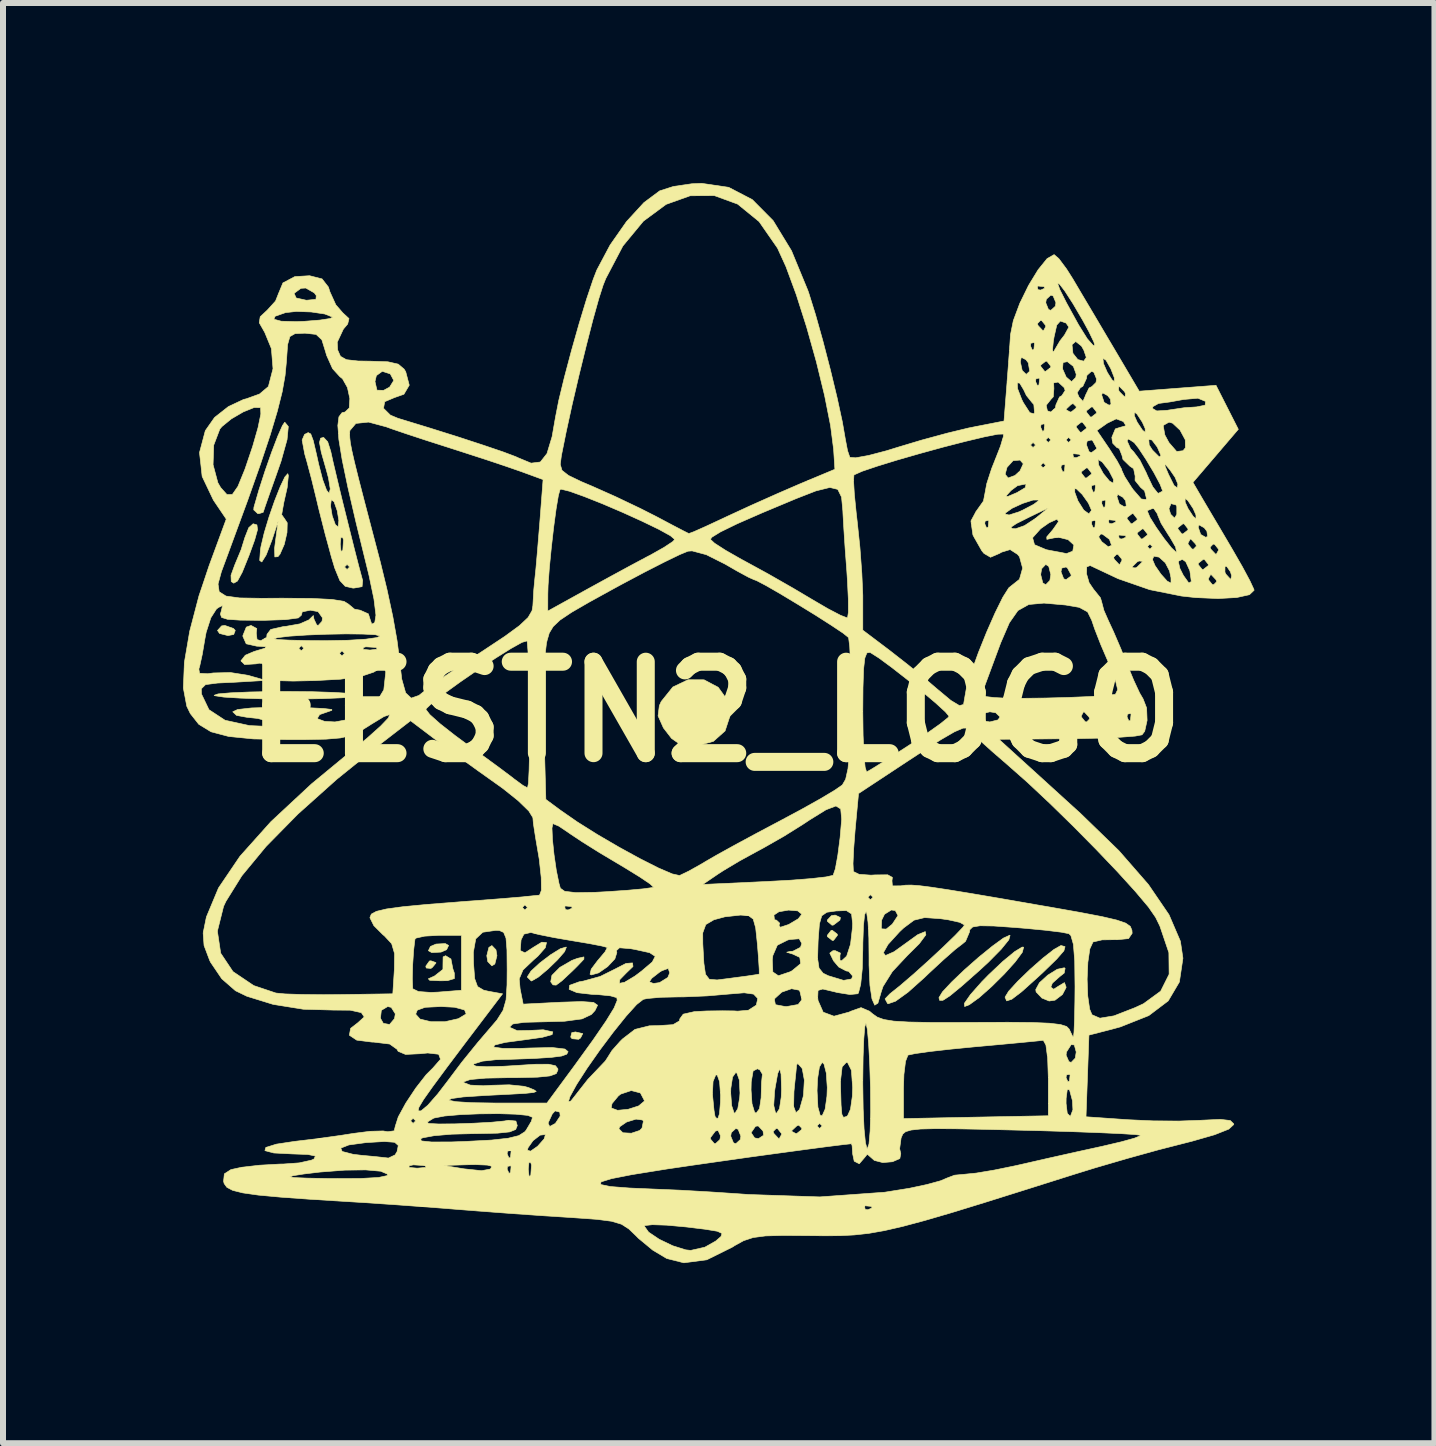
<source format=kicad_pcb>
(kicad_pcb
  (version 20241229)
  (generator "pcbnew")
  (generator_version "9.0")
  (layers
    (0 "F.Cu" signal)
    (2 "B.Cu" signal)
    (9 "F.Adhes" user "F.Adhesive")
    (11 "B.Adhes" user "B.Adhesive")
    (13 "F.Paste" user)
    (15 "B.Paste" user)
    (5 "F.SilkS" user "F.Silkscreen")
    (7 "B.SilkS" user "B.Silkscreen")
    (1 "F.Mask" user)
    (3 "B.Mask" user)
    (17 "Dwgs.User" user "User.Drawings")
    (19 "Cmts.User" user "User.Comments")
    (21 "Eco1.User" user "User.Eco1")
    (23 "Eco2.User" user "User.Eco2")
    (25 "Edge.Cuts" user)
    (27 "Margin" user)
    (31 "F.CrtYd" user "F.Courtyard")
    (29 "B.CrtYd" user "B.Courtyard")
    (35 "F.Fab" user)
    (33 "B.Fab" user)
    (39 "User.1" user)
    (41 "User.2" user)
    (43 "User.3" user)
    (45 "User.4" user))
  (footprint "EESTN2_LOGO"
    (layer "F.Cu")
    (at 8.871 8.81)
    (property "Reference" "EESTN2_LOGO" (at 0 0 0) (layer "F.SilkS") (effects (font (size 1.524 1.524) (thickness 0.3))))
    (attr through_hole)
    (fp_poly (pts (xy -2.211 5.362) (xy -2.248 5.435) (xy -2.28 5.457) (xy -2.389 5.447) (xy -2.412 5.42) (xy -2.394 5.346) (xy -2.333 5.334) (xy -2.211 5.362)) (stroke (width 0.01) (type solid)) (fill yes) (layer "F.SilkS"))
    (fp_poly (pts (xy -8.031 -1.388) (xy -8.001 -1.355) (xy -8.027 -1.288) (xy -8.123 -1.27) (xy -8.263 -1.305) (xy -8.297 -1.355) (xy -8.229 -1.431) (xy -8.175 -1.439) (xy -8.031 -1.388)) (stroke (width 0.01) (type solid)) (fill yes) (layer "F.SilkS"))
    (fp_poly (pts (xy -4.659 4.178) (xy -4.657 4.186) (xy -4.716 4.258) (xy -4.741 4.276) (xy -4.819 4.269) (xy -4.826 4.238) (xy -4.765 4.152) (xy -4.741 4.149) (xy -4.659 4.178)) (stroke (width 0.01) (type solid)) (fill yes) (layer "F.SilkS"))
    (fp_poly (pts (xy -4.446 3.893) (xy -4.48 3.964) (xy -4.573 4.004) (xy -4.727 4.012) (xy -4.783 3.981) (xy -4.749 3.91) (xy -4.656 3.87) (xy -4.501 3.862) (xy -4.446 3.893)) (stroke (width 0.01) (type solid)) (fill yes) (layer "F.SilkS"))
    (fp_poly (pts (xy -3.657 3.966) (xy -3.641 4.064) (xy -3.676 4.202) (xy -3.725 4.233) (xy -3.794 4.162) (xy -3.81 4.064) (xy -3.775 3.926) (xy -3.725 3.895) (xy -3.657 3.966)) (stroke (width 0.01) (type solid)) (fill yes) (layer "F.SilkS"))
    (fp_poly (pts (xy 2.03 3.705) (xy 2.032 3.725) (xy 1.968 3.808) (xy 1.947 3.81) (xy 1.865 3.746) (xy 1.863 3.725) (xy 1.927 3.643) (xy 1.947 3.641) (xy 2.03 3.705)) (stroke (width 0.01) (type solid)) (fill yes) (layer "F.SilkS"))
    (fp_poly (pts (xy 2.082 3.428) (xy 2.074 3.471) (xy 1.966 3.553) (xy 1.942 3.556) (xy 1.865 3.491) (xy 1.863 3.471) (xy 1.932 3.397) (xy 1.995 3.387) (xy 2.082 3.428)) (stroke (width 0.01) (type solid)) (fill yes) (layer "F.SilkS"))
    (fp_poly (pts (xy -2.192 4.122) (xy -2.307 4.243) (xy -2.375 4.31) (xy -2.557 4.481) (xy -2.655 4.554) (xy -2.707 4.55) (xy -2.745 4.499) (xy -2.725 4.391) (xy -2.593 4.259) (xy -2.393 4.143) (xy -2.299 4.108) (xy -2.192 4.084) (xy -2.192 4.122)) (stroke (width 0.01) (type solid)) (fill yes) (layer "F.SilkS"))
    (fp_poly (pts (xy -7.64 -3.114) (xy -7.63 -3.035) (xy -7.678 -2.862) (xy -7.771 -2.607) (xy -7.885 -2.325) (xy -7.964 -2.179) (xy -8.026 -2.143) (xy -8.068 -2.17) (xy -8.072 -2.275) (xy -8.01 -2.445) (xy -7.903 -2.702) (xy -7.842 -2.9) (xy -7.776 -3.068) (xy -7.703 -3.133) (xy -7.64 -3.114)) (stroke (width 0.01) (type solid)) (fill yes) (layer "F.SilkS"))
    (fp_poly (pts (xy -4.407 4.119) (xy -4.403 4.142) (xy -4.375 4.284) (xy -4.351 4.353) (xy -4.35 4.445) (xy -4.465 4.48) (xy -4.584 4.482) (xy -4.761 4.474) (xy -4.784 4.449) (xy -4.679 4.401) (xy -4.541 4.292) (xy -4.54 4.194) (xy -4.538 4.084) (xy -4.496 4.064) (xy -4.407 4.119)) (stroke (width 0.01) (type solid)) (fill yes) (layer "F.SilkS"))
    (fp_poly (pts (xy -2.484 3.922) (xy -2.514 3.997) (xy -2.632 4.133) (xy -2.792 4.288) (xy -2.95 4.42) (xy -3.061 4.484) (xy -3.069 4.485) (xy -3.132 4.424) (xy -3.133 4.413) (xy -3.073 4.32) (xy -2.928 4.186) (xy -2.748 4.049) (xy -2.585 3.948) (xy -2.488 3.92) (xy -2.484 3.922)) (stroke (width 0.01) (type solid)) (fill yes) (layer "F.SilkS"))
    (fp_poly (pts (xy 5.135 3.922) (xy 5.113 4.007) (xy 4.994 4.168) (xy 4.813 4.369) (xy 4.603 4.577) (xy 4.398 4.759) (xy 4.231 4.88) (xy 4.152 4.911) (xy 4.148 4.857) (xy 4.25 4.711) (xy 4.44 4.496) (xy 4.549 4.385) (xy 4.789 4.158) (xy 4.987 3.995) (xy 5.111 3.92) (xy 5.135 3.922)) (stroke (width 0.01) (type solid)) (fill yes) (layer "F.SilkS"))
    (fp_poly (pts (xy -0.19 -0.533) (xy 0.046 -0.408) (xy 0.181 -0.22) (xy 0.241 0.073) (xy 0.16 0.319) (xy -0.035 0.493) (xy -0.316 0.569) (xy -0.597 0.537) (xy -0.731 0.444) (xy -0.867 0.268) (xy -0.867 0.268) (xy -0.956 0.068) (xy -0.935 -0.102) (xy -0.904 -0.171) (xy -0.71 -0.413) (xy -0.457 -0.534) (xy -0.19 -0.533)) (stroke (width 0.01) (type solid)) (fill yes) (layer "F.SilkS"))
    (fp_poly (pts (xy 4.909 3.724) (xy 4.888 3.799) (xy 4.761 3.956) (xy 4.551 4.169) (xy 4.408 4.301) (xy 4.105 4.569) (xy 3.906 4.733) (xy 3.789 4.808) (xy 3.735 4.808) (xy 3.724 4.763) (xy 3.783 4.666) (xy 3.936 4.502) (xy 4.149 4.299) (xy 4.387 4.089) (xy 4.616 3.903) (xy 4.799 3.77) (xy 4.903 3.723) (xy 4.909 3.724)) (stroke (width 0.01) (type solid)) (fill yes) (layer "F.SilkS"))
    (fp_poly (pts (xy 5.825 3.913) (xy 5.806 3.982) (xy 5.688 4.118) (xy 5.459 4.341) (xy 5.368 4.425) (xy 5.103 4.663) (xy 4.938 4.789) (xy 4.852 4.817) (xy 4.826 4.757) (xy 4.826 4.753) (xy 4.886 4.655) (xy 5.038 4.489) (xy 5.241 4.293) (xy 5.456 4.104) (xy 5.641 3.959) (xy 5.755 3.895) (xy 5.761 3.895) (xy 5.825 3.913)) (stroke (width 0.01) (type solid)) (fill yes) (layer "F.SilkS"))
    (fp_poly (pts (xy -7.117 -4.753) (xy -7.138 -4.535) (xy -7.238 -4.176) (xy -7.324 -3.929) (xy -7.426 -3.643) (xy -7.501 -3.429) (xy -7.535 -3.326) (xy -7.535 -3.324) (xy -7.602 -3.303) (xy -7.626 -3.302) (xy -7.693 -3.364) (xy -7.69 -3.408) (xy -7.608 -3.692) (xy -7.505 -4.012) (xy -7.395 -4.325) (xy -7.293 -4.592) (xy -7.214 -4.771) (xy -7.176 -4.825) (xy -7.117 -4.753)) (stroke (width 0.01) (type solid)) (fill yes) (layer "F.SilkS"))
    (fp_poly (pts (xy -6.724 -0.335) (xy -6.357 -0.323) (xy -6.086 -0.306) (xy -5.942 -0.285) (xy -5.927 -0.275) (xy -6.006 -0.252) (xy -6.225 -0.233) (xy -6.553 -0.219) (xy -6.959 -0.212) (xy -7.12 -0.212) (xy -7.552 -0.216) (xy -7.919 -0.228) (xy -8.192 -0.245) (xy -8.338 -0.267) (xy -8.353 -0.275) (xy -8.287 -0.298) (xy -8.081 -0.316) (xy -7.763 -0.33) (xy -7.36 -0.338) (xy -7.159 -0.339) (xy -6.724 -0.335)) (stroke (width 0.01) (type solid)) (fill yes) (layer "F.SilkS"))
    (fp_poly (pts (xy 5.826 4.274) (xy 5.811 4.353) (xy 5.735 4.413) (xy 5.613 4.522) (xy 5.588 4.587) (xy 5.635 4.623) (xy 5.715 4.572) (xy 5.815 4.512) (xy 5.842 4.585) (xy 5.842 4.595) (xy 5.782 4.71) (xy 5.658 4.805) (xy 5.56 4.819) (xy 5.482 4.787) (xy 5.44 4.77) (xy 5.343 4.668) (xy 5.337 4.628) (xy 5.398 4.515) (xy 5.537 4.388) (xy 5.695 4.29) (xy 5.812 4.265) (xy 5.826 4.274)) (stroke (width 0.01) (type solid)) (fill yes) (layer "F.SilkS"))
    (fp_poly (pts (xy -7.116 -3.936) (xy -7.136 -3.735) (xy -7.191 -3.492) (xy -7.228 -3.285) (xy -7.18 -3.217) (xy -7.135 -3.149) (xy -7.139 -2.986) (xy -7.184 -2.79) (xy -7.256 -2.626) (xy -7.29 -2.585) (xy -7.342 -2.58) (xy -7.346 -2.723) (xy -7.332 -2.836) (xy -7.286 -3.175) (xy -7.389 -2.864) (xy -7.486 -2.613) (xy -7.559 -2.496) (xy -7.594 -2.522) (xy -7.582 -2.696) (xy -7.573 -2.752) (xy -7.518 -2.983) (xy -7.437 -3.251) (xy -7.344 -3.518) (xy -7.252 -3.75) (xy -7.175 -3.912) (xy -7.126 -3.968) (xy -7.116 -3.936)) (stroke (width 0.01) (type solid)) (fill yes) (layer "F.SilkS"))
    (fp_poly (pts (xy -6.743 -4.629) (xy -6.702 -4.52) (xy -6.649 -4.295) (xy -6.612 -4.128) (xy -6.545 -3.868) (xy -6.479 -3.691) (xy -6.437 -3.641) (xy -6.418 -3.713) (xy -6.448 -3.897) (xy -6.485 -4.035) (xy -6.568 -4.325) (xy -6.598 -4.488) (xy -6.579 -4.559) (xy -6.529 -4.572) (xy -6.461 -4.499) (xy -6.41 -4.339) (xy -6.372 -4.166) (xy -6.303 -3.875) (xy -6.215 -3.509) (xy -6.117 -3.116) (xy -6.023 -2.739) (xy -5.942 -2.423) (xy -5.886 -2.215) (xy -5.878 -2.189) (xy -5.888 -2.085) (xy -6.026 -2.061) (xy -6.045 -2.062) (xy -6.169 -2.091) (xy -6.258 -2.186) (xy -6.34 -2.385) (xy -6.349 -2.413) (xy -6.181 -2.413) (xy -6.138 -2.371) (xy -6.096 -2.413) (xy -6.138 -2.455) (xy -6.181 -2.413) (xy -6.349 -2.413) (xy -6.4 -2.582) (xy -6.457 -2.794) (xy -6.252 -2.794) (xy -6.239 -2.674) (xy -6.209 -2.688) (xy -6.198 -2.862) (xy -6.209 -2.9) (xy -6.24 -2.91) (xy -6.252 -2.794) (xy -6.457 -2.794) (xy -6.502 -2.957) (xy -6.603 -3.355) (xy -6.621 -3.43) (xy -6.413 -3.43) (xy -6.386 -3.266) (xy -6.333 -3.117) (xy -6.287 -3.082) (xy -6.275 -3.187) (xy -6.302 -3.35) (xy -6.355 -3.5) (xy -6.401 -3.534) (xy -6.413 -3.43) (xy -6.621 -3.43) (xy -6.651 -3.556) (xy -6.729 -3.875) (xy -6.808 -4.171) (xy -6.844 -4.296) (xy -6.887 -4.528) (xy -6.846 -4.622) (xy -6.786 -4.652) (xy -6.743 -4.629)) (stroke (width 0.01) (type solid)) (fill yes) (layer "F.SilkS"))
    (fp_poly (pts (xy 0.22 -8.739) (xy 0.614 -8.534) (xy 0.961 -8.184) (xy 1.267 -7.682) (xy 1.54 -7.02) (xy 1.556 -6.974) (xy 1.667 -6.618) (xy 1.791 -6.176) (xy 1.915 -5.698) (xy 2.027 -5.233) (xy 2.114 -4.831) (xy 2.163 -4.549) (xy 2.201 -4.35) (xy 2.239 -4.24) (xy 2.335 -4.232) (xy 2.551 -4.271) (xy 2.852 -4.35) (xy 3.026 -4.404) (xy 3.436 -4.527) (xy 3.859 -4.642) (xy 4.218 -4.729) (xy 4.28 -4.741) (xy 5.419 -4.741) (xy 5.45 -4.672) (xy 5.475 -4.685) (xy 5.481 -4.741) (xy 6.011 -4.741) (xy 6.076 -4.659) (xy 6.096 -4.657) (xy 6.135 -4.687) (xy 6.356 -4.687) (xy 6.565 -4.38) (xy 6.692 -4.181) (xy 6.766 -4.044) (xy 6.773 -4.018) (xy 6.818 -3.92) (xy 6.929 -3.746) (xy 6.959 -3.703) (xy 7.095 -3.546) (xy 7.173 -3.536) (xy 7.182 -3.553) (xy 7.181 -3.556) (xy 7.826 -3.556) (xy 7.826 -3.494) (xy 7.874 -3.387) (xy 7.961 -3.254) (xy 8.007 -3.217) (xy 8.006 -3.28) (xy 7.959 -3.387) (xy 7.871 -3.52) (xy 7.826 -3.556) (xy 7.181 -3.556) (xy 7.15 -3.682) (xy 7.084 -3.739) (xy 6.991 -3.855) (xy 6.993 -3.928) (xy 6.967 -4.051) (xy 6.905 -4.093) (xy 6.79 -4.205) (xy 6.773 -4.273) (xy 6.728 -4.387) (xy 6.689 -4.403) (xy 6.62 -4.474) (xy 6.613 -4.516) (xy 6.858 -4.516) (xy 6.916 -4.386) (xy 6.968 -4.332) (xy 7.07 -4.196) (xy 7.179 -3.98) (xy 7.195 -3.941) (xy 7.287 -3.748) (xy 7.368 -3.646) (xy 7.382 -3.641) (xy 7.45 -3.677) (xy 7.451 -3.68) (xy 7.409 -3.79) (xy 7.306 -3.984) (xy 7.238 -4.097) (xy 7.49 -4.097) (xy 7.548 -3.958) (xy 7.642 -3.769) (xy 7.695 -3.733) (xy 7.705 -3.794) (xy 7.658 -3.907) (xy 7.576 -4.027) (xy 7.493 -4.126) (xy 7.49 -4.097) (xy 7.238 -4.097) (xy 7.174 -4.204) (xy 7.048 -4.395) (xy 6.978 -4.484) (xy 6.895 -4.539) (xy 7.22 -4.539) (xy 7.227 -4.445) (xy 7.28 -4.362) (xy 7.396 -4.246) (xy 7.423 -4.27) (xy 7.362 -4.41) (xy 7.273 -4.528) (xy 7.22 -4.539) (xy 6.895 -4.539) (xy 6.883 -4.547) (xy 6.858 -4.516) (xy 6.613 -4.516) (xy 6.604 -4.572) (xy 6.663 -4.714) (xy 6.748 -4.741) (xy 6.84 -4.766) (xy 6.797 -4.836) (xy 6.677 -4.881) (xy 6.529 -4.809) (xy 6.356 -4.687) (xy 6.135 -4.687) (xy 6.178 -4.721) (xy 6.181 -4.741) (xy 6.116 -4.824) (xy 6.096 -4.826) (xy 6.014 -4.762) (xy 6.011 -4.741) (xy 5.481 -4.741) (xy 5.485 -4.785) (xy 5.475 -4.798) (xy 5.425 -4.786) (xy 5.419 -4.741) (xy 4.28 -4.741) (xy 4.288 -4.743) (xy 4.808 -4.845) (xy 4.858 -5.481) (xy 5.029 -5.481) (xy 5.034 -5.384) (xy 5.105 -5.201) (xy 5.13 -5.151) (xy 5.237 -4.985) (xy 5.306 -4.965) (xy 5.316 -4.984) (xy 5.306 -5.107) (xy 5.511 -5.107) (xy 5.531 -5.014) (xy 5.588 -4.995) (xy 5.63 -5.033) (xy 5.842 -5.033) (xy 5.908 -4.996) (xy 5.927 -4.995) (xy 6.181 -4.995) (xy 6.245 -4.913) (xy 6.265 -4.911) (xy 6.348 -4.975) (xy 6.35 -4.995) (xy 6.979 -4.995) (xy 6.98 -4.933) (xy 7.027 -4.826) (xy 7.115 -4.693) (xy 7.16 -4.657) (xy 7.16 -4.719) (xy 7.137 -4.771) (xy 7.46 -4.771) (xy 7.488 -4.612) (xy 7.556 -4.486) (xy 7.685 -4.337) (xy 7.791 -4.35) (xy 7.83 -4.399) (xy 7.828 -4.532) (xy 7.741 -4.693) (xy 7.617 -4.809) (xy 7.557 -4.826) (xy 7.46 -4.771) (xy 7.137 -4.771) (xy 7.112 -4.826) (xy 7.025 -4.959) (xy 6.979 -4.995) (xy 6.35 -4.995) (xy 6.303 -5.055) (xy 7.281 -5.055) (xy 7.353 -5.013) (xy 7.532 -5.024) (xy 7.546 -5.027) (xy 7.808 -5.066) (xy 8.017 -5.08) (xy 8.159 -5.109) (xy 8.166 -5.172) (xy 8.039 -5.225) (xy 7.801 -5.204) (xy 7.568 -5.162) (xy 7.401 -5.14) (xy 7.387 -5.14) (xy 7.289 -5.085) (xy 7.281 -5.055) (xy 6.303 -5.055) (xy 6.286 -5.078) (xy 6.265 -5.08) (xy 6.183 -5.016) (xy 6.181 -4.995) (xy 5.927 -4.995) (xy 6.008 -5.06) (xy 6.011 -5.085) (xy 5.959 -5.136) (xy 5.927 -5.122) (xy 5.846 -5.046) (xy 5.842 -5.033) (xy 5.63 -5.033) (xy 5.664 -5.063) (xy 5.673 -5.115) (xy 5.732 -5.245) (xy 5.772 -5.268) (xy 5.803 -5.317) (xy 6.027 -5.317) (xy 6.058 -5.244) (xy 6.124 -5.173) (xy 6.162 -5.261) (xy 6.164 -5.271) (xy 6.169 -5.28) (xy 6.435 -5.28) (xy 6.476 -5.156) (xy 6.56 -5.108) (xy 6.591 -5.124) (xy 6.58 -5.211) (xy 6.535 -5.268) (xy 6.45 -5.315) (xy 6.435 -5.28) (xy 6.169 -5.28) (xy 6.21 -5.364) (xy 6.715 -5.364) (xy 6.731 -5.334) (xy 6.811 -5.253) (xy 6.826 -5.249) (xy 6.831 -5.304) (xy 6.816 -5.334) (xy 6.736 -5.415) (xy 6.721 -5.419) (xy 6.715 -5.364) (xy 6.21 -5.364) (xy 6.226 -5.396) (xy 6.272 -5.419) (xy 6.341 -5.487) (xy 6.35 -5.546) (xy 6.304 -5.658) (xy 6.265 -5.673) (xy 6.189 -5.605) (xy 6.181 -5.553) (xy 6.121 -5.423) (xy 6.081 -5.4) (xy 6.027 -5.317) (xy 5.803 -5.317) (xy 5.827 -5.353) (xy 5.81 -5.402) (xy 5.71 -5.494) (xy 5.635 -5.48) (xy 5.639 -5.385) (xy 5.629 -5.248) (xy 5.594 -5.211) (xy 5.511 -5.107) (xy 5.306 -5.107) (xy 5.305 -5.12) (xy 5.275 -5.153) (xy 5.18 -5.272) (xy 5.135 -5.367) (xy 5.069 -5.477) (xy 5.029 -5.481) (xy 4.858 -5.481) (xy 4.859 -5.491) (xy 4.859 -5.503) (xy 5.334 -5.503) (xy 5.365 -5.434) (xy 5.39 -5.447) (xy 5.401 -5.547) (xy 5.39 -5.56) (xy 5.34 -5.548) (xy 5.334 -5.503) (xy 4.859 -5.503) (xy 4.884 -5.822) (xy 4.884 -5.831) (xy 5.08 -5.831) (xy 5.111 -5.687) (xy 5.178 -5.622) (xy 5.236 -5.675) (xy 5.222 -5.757) (xy 5.419 -5.757) (xy 5.483 -5.675) (xy 5.503 -5.673) (xy 5.557 -5.715) (xy 5.783 -5.715) (xy 5.844 -5.578) (xy 5.93 -5.504) (xy 5.936 -5.503) (xy 6.004 -5.572) (xy 6.011 -5.625) (xy 5.964 -5.755) (xy 5.864 -5.834) (xy 5.792 -5.82) (xy 5.783 -5.715) (xy 5.557 -5.715) (xy 5.586 -5.737) (xy 5.588 -5.757) (xy 5.524 -5.84) (xy 5.503 -5.842) (xy 5.421 -5.778) (xy 5.419 -5.757) (xy 5.222 -5.757) (xy 5.213 -5.814) (xy 5.174 -5.866) (xy 5.096 -5.907) (xy 5.08 -5.831) (xy 4.884 -5.831) (xy 4.898 -6.019) (xy 5.615 -6.019) (xy 5.631 -5.992) (xy 5.641 -6.011) (xy 5.703 -6.117) (xy 5.941 -6.117) (xy 5.956 -5.973) (xy 6.038 -5.869) (xy 6.136 -5.842) (xy 6.17 -5.892) (xy 6.456 -5.892) (xy 6.465 -5.803) (xy 6.529 -5.656) (xy 6.607 -5.532) (xy 6.647 -5.503) (xy 6.645 -5.569) (xy 6.588 -5.715) (xy 6.508 -5.857) (xy 6.456 -5.892) (xy 6.17 -5.892) (xy 6.179 -5.905) (xy 6.138 -6.025) (xy 6.099 -6.094) (xy 6.003 -6.17) (xy 5.941 -6.117) (xy 5.703 -6.117) (xy 5.741 -6.181) (xy 5.816 -6.278) (xy 5.888 -6.41) (xy 5.842 -6.477) (xy 5.747 -6.511) (xy 5.687 -6.444) (xy 5.642 -6.245) (xy 5.63 -6.174) (xy 5.615 -6.019) (xy 4.898 -6.019) (xy 4.903 -6.096) (xy 5.249 -6.096) (xy 5.28 -6.026) (xy 5.306 -6.04) (xy 5.316 -6.14) (xy 5.306 -6.152) (xy 5.255 -6.141) (xy 5.249 -6.096) (xy 4.903 -6.096) (xy 4.904 -6.099) (xy 4.915 -6.268) (xy 4.915 -6.28) (xy 4.953 -6.467) (xy 5.363 -6.467) (xy 5.376 -6.435) (xy 5.452 -6.354) (xy 5.466 -6.35) (xy 5.502 -6.416) (xy 5.503 -6.435) (xy 5.438 -6.516) (xy 5.414 -6.519) (xy 5.363 -6.467) (xy 4.953 -6.467) (xy 4.963 -6.517) (xy 5.071 -6.806) (xy 5.076 -6.816) (xy 5.503 -6.816) (xy 5.549 -6.703) (xy 5.588 -6.689) (xy 5.663 -6.757) (xy 5.673 -6.816) (xy 5.627 -6.928) (xy 5.588 -6.943) (xy 5.513 -6.874) (xy 5.503 -6.816) (xy 5.076 -6.816) (xy 5.207 -7.084) (xy 5.362 -7.084) (xy 5.374 -7.033) (xy 5.419 -7.027) (xy 5.488 -7.058) (xy 5.475 -7.084) (xy 5.375 -7.094) (xy 5.362 -7.084) (xy 5.207 -7.084) (xy 5.216 -7.102) (xy 5.238 -7.139) (xy 5.701 -7.139) (xy 5.738 -7.035) (xy 5.848 -6.816) (xy 6.051 -6.447) (xy 6.195 -6.216) (xy 6.29 -6.109) (xy 6.323 -6.096) (xy 6.305 -6.162) (xy 6.222 -6.335) (xy 6.122 -6.519) (xy 5.955 -6.804) (xy 5.822 -7.01) (xy 5.733 -7.126) (xy 5.701 -7.139) (xy 5.238 -7.139) (xy 5.376 -7.365) (xy 5.526 -7.551) (xy 5.643 -7.618) (xy 5.722 -7.55) (xy 5.851 -7.377) (xy 5.953 -7.216) (xy 6.103 -6.962) (xy 6.306 -6.62) (xy 6.527 -6.246) (xy 6.626 -6.079) (xy 7.061 -5.342) (xy 7.7 -5.391) (xy 8.34 -5.44) (xy 8.712 -4.707) (xy 8.334 -4.264) (xy 7.956 -3.822) (xy 8.105 -3.567) (xy 8.22 -3.372) (xy 8.389 -3.087) (xy 8.578 -2.766) (xy 8.615 -2.703) (xy 8.78 -2.416) (xy 8.905 -2.183) (xy 8.97 -2.043) (xy 8.975 -2.025) (xy 8.897 -1.951) (xy 8.685 -1.904) (xy 8.375 -1.887) (xy 8 -1.903) (xy 7.764 -1.929) (xy 7.235 -2.035) (xy 6.709 -2.218) (xy 6.316 -2.403) (xy 6.943 -2.403) (xy 6.997 -2.397) (xy 7.027 -2.413) (xy 7.108 -2.493) (xy 7.112 -2.508) (xy 7.057 -2.513) (xy 7.027 -2.498) (xy 6.946 -2.418) (xy 6.943 -2.403) (xy 6.316 -2.403) (xy 6.244 -2.437) (xy 6.186 -2.415) (xy 6.183 -2.299) (xy 6.226 -2.151) (xy 6.305 -2.034) (xy 6.308 -2.032) (xy 6.415 -1.899) (xy 6.435 -1.831) (xy 6.472 -1.69) (xy 6.545 -1.524) (xy 6.634 -1.332) (xy 6.755 -1.05) (xy 6.854 -0.804) (xy 6.968 -0.528) (xy 7.068 -0.313) (xy 7.125 -0.216) (xy 7.184 -0.064) (xy 7.192 0.144) (xy 7.152 0.325) (xy 7.107 0.384) (xy 6.993 0.405) (xy 6.744 0.424) (xy 6.394 0.439) (xy 5.976 0.448) (xy 5.87 0.449) (xy 4.723 0.458) (xy 5.053 0.758) (xy 5.257 0.943) (xy 5.543 1.203) (xy 5.866 1.497) (xy 6.082 1.693) (xy 6.722 2.314) (xy 7.214 2.878) (xy 7.557 3.381) (xy 7.747 3.823) (xy 7.789 4.106) (xy 7.73 4.502) (xy 7.544 4.817) (xy 7.22 5.062) (xy 6.747 5.25) (xy 6.604 5.289) (xy 6.223 5.387) (xy 6.199 6.067) (xy 6.174 6.748) (xy 6.876 6.797) (xy 7.293 6.816) (xy 7.728 6.819) (xy 8.09 6.806) (xy 8.107 6.805) (xy 8.412 6.791) (xy 8.578 6.81) (xy 8.635 6.865) (xy 8.636 6.877) (xy 8.554 6.953) (xy 8.317 7.047) (xy 7.937 7.156) (xy 7.811 7.188) (xy 7.378 7.299) (xy 6.859 7.443) (xy 6.328 7.598) (xy 5.969 7.709) (xy 5.155 7.966) (xy 4.483 8.177) (xy 3.933 8.346) (xy 3.484 8.477) (xy 3.118 8.575) (xy 2.813 8.645) (xy 2.551 8.691) (xy 2.312 8.717) (xy 2.075 8.729) (xy 1.821 8.731) (xy 1.549 8.728) (xy 1.126 8.725) (xy 0.833 8.733) (xy 0.628 8.76) (xy 0.47 8.812) (xy 0.321 8.894) (xy 0.279 8.921) (xy -0.145 9.131) (xy -0.527 9.181) (xy -0.812 9.109) (xy -1.046 8.969) (xy -1.284 8.772) (xy -1.32 8.735) (xy -1.443 8.617) (xy -1.515 8.57) (xy -1.185 8.57) (xy -1.114 8.67) (xy -0.937 8.789) (xy -0.712 8.897) (xy -0.496 8.965) (xy -0.412 8.974) (xy -0.177 8.921) (xy 0.004 8.819) (xy 0.093 8.742) (xy 0.109 8.691) (xy 0.03 8.655) (xy -0.171 8.622) (xy -0.494 8.583) (xy -0.811 8.554) (xy -1.051 8.546) (xy -1.176 8.56) (xy -1.185 8.57) (xy -1.515 8.57) (xy -1.566 8.538) (xy -1.729 8.489) (xy -1.974 8.457) (xy -2.341 8.431) (xy -2.413 8.426) (xy -2.868 8.397) (xy -3.41 8.359) (xy -3.959 8.318) (xy -4.276 8.293) (xy -4.779 8.253) (xy -4.952 8.241) (xy 2.484 8.241) (xy 2.495 8.291) (xy 2.54 8.297) (xy 2.61 8.266) (xy 2.596 8.241) (xy 2.496 8.231) (xy 2.484 8.241) (xy -4.952 8.241) (xy -5.321 8.214) (xy -5.823 8.18) (xy -6.096 8.163) (xy -6.746 8.123) (xy -7.246 8.087) (xy -7.616 8.053) (xy -7.876 8.016) (xy -8.044 7.974) (xy -8.141 7.923) (xy -8.175 7.876) (xy -1.914 7.876) (xy -1.755 7.91) (xy -1.432 7.935) (xy -1.016 7.953) (xy -0.589 7.971) (xy -0.083 8) (xy 0.411 8.033) (xy 0.55 8.043) (xy 1.739 8.083) (xy 2.82 8.005) (xy 3.232 7.939) (xy 3.526 7.876) (xy 3.752 7.814) (xy 3.86 7.768) (xy 3.984 7.721) (xy 4.156 7.705) (xy 4.346 7.686) (xy 4.645 7.636) (xy 4.996 7.564) (xy 5.094 7.542) (xy 5.536 7.441) (xy 6.023 7.332) (xy 6.452 7.238) (xy 6.46 7.236) (xy 6.762 7.165) (xy 6.982 7.104) (xy 7.083 7.063) (xy 7.085 7.056) (xy 6.993 7.044) (xy 6.757 7.029) (xy 6.399 7.013) (xy 5.945 6.996) (xy 5.419 6.98) (xy 5.099 6.972) (xy 4.476 6.957) (xy 4.002 6.948) (xy 3.655 6.946) (xy 3.415 6.952) (xy 3.26 6.969) (xy 3.169 6.996) (xy 3.122 7.035) (xy 3.098 7.089) (xy 3.093 7.102) (xy 3.069 7.28) (xy 3.088 7.363) (xy 3.072 7.444) (xy 2.95 7.497) (xy 2.788 7.511) (xy 2.647 7.475) (xy 2.609 7.441) (xy 2.53 7.371) (xy 2.484 7.429) (xy 2.396 7.531) (xy 2.312 7.488) (xy 2.286 7.366) (xy 2.277 7.229) (xy 2.265 7.197) (xy 2.135 7.211) (xy 1.869 7.244) (xy 1.499 7.293) (xy 1.056 7.353) (xy 0.573 7.419) (xy 0.081 7.489) (xy -0.388 7.556) (xy -0.803 7.617) (xy -0.884 7.63) (xy -1.393 7.712) (xy -1.733 7.779) (xy -1.907 7.833) (xy -1.914 7.876) (xy -8.175 7.876) (xy -8.186 7.861) (xy -8.196 7.822) (xy -8.188 7.748) (xy -7.094 7.748) (xy -7.022 7.761) (xy -6.807 7.77) (xy -6.436 7.777) (xy -6.366 7.777) (xy -5.915 7.776) (xy -5.613 7.759) (xy -5.47 7.728) (xy -5.461 7.705) (xy -5.578 7.655) (xy -5.827 7.633) (xy -6.176 7.637) (xy -6.589 7.669) (xy -6.858 7.701) (xy -7.035 7.729) (xy -7.094 7.748) (xy -8.188 7.748) (xy -8.183 7.699) (xy -8.073 7.628) (xy -7.908 7.592) (xy -5.106 7.592) (xy -4.973 7.604) (xy -4.953 7.603) (xy -4.822 7.591) (xy -4.834 7.566) (xy -4.849 7.561) (xy -4.878 7.559) (xy -4.53 7.559) (xy -4.191 7.615) (xy -3.897 7.646) (xy -3.756 7.62) (xy -3.471 7.62) (xy -3.44 7.69) (xy -3.415 7.676) (xy -3.409 7.62) (xy -3.119 7.62) (xy -3.106 7.74) (xy -3.077 7.726) (xy -3.065 7.552) (xy -3.077 7.514) (xy -3.107 7.504) (xy -3.119 7.62) (xy -3.409 7.62) (xy -3.405 7.576) (xy -3.415 7.564) (xy -3.465 7.575) (xy -3.471 7.62) (xy -3.756 7.62) (xy -3.749 7.619) (xy -3.725 7.573) (xy -3.801 7.553) (xy -3.994 7.545) (xy -4.128 7.547) (xy -4.53 7.559) (xy -4.878 7.559) (xy -5.033 7.549) (xy -5.103 7.564) (xy -5.106 7.592) (xy -7.908 7.592) (xy -7.9 7.59) (xy -7.598 7.555) (xy -7.262 7.536) (xy -7.197 7.535) (xy -6.935 7.516) (xy -6.733 7.471) (xy -6.689 7.451) (xy -6.666 7.402) (xy -6.791 7.376) (xy -7.048 7.367) (xy -7.36 7.351) (xy -7.507 7.312) (xy -7.495 7.27) (xy -6.243 7.27) (xy -6.22 7.326) (xy -6.037 7.373) (xy -5.905 7.389) (xy -5.659 7.412) (xy -5.48 7.432) (xy -5.449 7.436) (xy -5.338 7.383) (xy -5.328 7.366) (xy -3.471 7.366) (xy -3.44 7.436) (xy -3.415 7.422) (xy -3.405 7.322) (xy -3.415 7.31) (xy -3.465 7.321) (xy -3.471 7.366) (xy -5.328 7.366) (xy -5.304 7.326) (xy -5.3 7.305) (xy -3.133 7.305) (xy -3.081 7.321) (xy -2.963 7.239) (xy -2.855 7.117) (xy -0.085 7.117) (xy -0.02 7.194) (xy 0 7.197) (xy 0.074 7.128) (xy 0.084 7.07) (xy 0.254 7.07) (xy 0.3 7.182) (xy 0.339 7.197) (xy 0.414 7.128) (xy 0.423 7.07) (xy 0.4 7.013) (xy 0.594 7.013) (xy 0.653 7.1) (xy 0.717 7.112) (xy 0.802 7.056) (xy 0.794 6.995) (xy 0.96 6.995) (xy 0.974 7.027) (xy 1.05 7.108) (xy 1.063 7.112) (xy 1.1 7.046) (xy 1.101 7.027) (xy 1.071 6.99) (xy 1.27 6.99) (xy 1.336 7.026) (xy 1.355 7.027) (xy 1.436 6.962) (xy 1.439 6.938) (xy 1.401 6.9) (xy 1.693 6.9) (xy 1.736 6.943) (xy 1.778 6.9) (xy 1.736 6.858) (xy 1.693 6.9) (xy 1.401 6.9) (xy 1.387 6.887) (xy 1.355 6.9) (xy 1.274 6.976) (xy 1.27 6.99) (xy 1.071 6.99) (xy 1.036 6.946) (xy 1.011 6.943) (xy 0.96 6.995) (xy 0.794 6.995) (xy 0.793 6.985) (xy 0.713 6.9) (xy 0.668 6.906) (xy 0.594 7.013) (xy 0.4 7.013) (xy 0.378 6.957) (xy 0.339 6.943) (xy 0.264 7.011) (xy 0.254 7.07) (xy 0.084 7.07) (xy 0.085 7.065) (xy 0.044 6.977) (xy 0 6.985) (xy -0.081 7.093) (xy -0.085 7.117) (xy -2.855 7.117) (xy -2.852 7.113) (xy -2.834 7.044) (xy -2.921 7.054) (xy -3.04 7.146) (xy -3.123 7.264) (xy -3.133 7.305) (xy -5.3 7.305) (xy -5.285 7.226) (xy -5.345 7.173) (xy -5.515 7.16) (xy -5.821 7.178) (xy -6.108 7.217) (xy -6.243 7.27) (xy -7.495 7.27) (xy -7.492 7.259) (xy -7.317 7.204) (xy -7.006 7.157) (xy -6.633 7.113) (xy -4.911 7.113) (xy -4.902 7.15) (xy -4.73 7.168) (xy -4.391 7.167) (xy -4.151 7.158) (xy -3.732 7.136) (xy -3.452 7.105) (xy -3.277 7.062) (xy -3.178 6.999) (xy -3.156 6.973) (xy -3.141 6.948) (xy -1.609 6.948) (xy -1.543 7.014) (xy -1.401 7.022) (xy -1.263 6.976) (xy -1.224 6.937) (xy -1.201 6.824) (xy -1.213 6.802) (xy -1.324 6.787) (xy -1.48 6.835) (xy -1.595 6.914) (xy -1.609 6.948) (xy -3.141 6.948) (xy -3.085 6.853) (xy -2.789 6.853) (xy -2.762 6.91) (xy -2.668 6.859) (xy -2.587 6.736) (xy -2.594 6.67) (xy -2.672 6.65) (xy -2.719 6.701) (xy -2.789 6.853) (xy -3.085 6.853) (xy -3.068 6.825) (xy -3.048 6.757) (xy -3.125 6.725) (xy -3.327 6.705) (xy -3.611 6.696) (xy -3.932 6.699) (xy -4.248 6.712) (xy -4.513 6.735) (xy -4.685 6.768) (xy -4.699 6.773) (xy -4.798 6.834) (xy -4.784 6.859) (xy -4.612 6.868) (xy -4.339 6.866) (xy -4.026 6.855) (xy -3.732 6.839) (xy -3.515 6.818) (xy -3.45 6.806) (xy -3.325 6.819) (xy -3.302 6.895) (xy -3.329 6.96) (xy -3.429 7) (xy -3.632 7.021) (xy -3.97 7.028) (xy -4.043 7.029) (xy -4.393 7.038) (xy -4.687 7.063) (xy -4.876 7.098) (xy -4.911 7.113) (xy -6.633 7.113) (xy -6.628 7.112) (xy -6.235 7.057) (xy -6.032 7.025) (xy -5.756 6.99) (xy -5.537 6.984) (xy -5.461 6.997) (xy -5.353 6.982) (xy -5.334 6.903) (xy -5.306 6.816) (xy -5.08 6.816) (xy -5.038 6.858) (xy -4.995 6.816) (xy -5.038 6.773) (xy -5.08 6.816) (xy -5.306 6.816) (xy -5.285 6.75) (xy -5.229 6.648) (xy -4.955 6.648) (xy -4.916 6.651) (xy -4.9 6.645) (xy -4.847 6.601) (xy -1.737 6.601) (xy -1.631 6.64) (xy -1.454 6.623) (xy -1.28 6.567) (xy -1.188 6.49) (xy -1.185 6.476) (xy -1.243 6.365) (xy -0.05 6.365) (xy -0.046 6.415) (xy -0.024 6.64) (xy -0.007 6.743) (xy 0.018 6.772) (xy 0.042 6.773) (xy 0.067 6.698) (xy 0.083 6.506) (xy 0.085 6.387) (xy 0.082 6.35) (xy 0.254 6.35) (xy 0.27 6.562) (xy 0.309 6.68) (xy 0.325 6.689) (xy 0.372 6.613) (xy 0.404 6.426) (xy 0.409 6.35) (xy 0.406 6.301) (xy 0.593 6.301) (xy 0.609 6.53) (xy 0.651 6.669) (xy 0.677 6.689) (xy 0.733 6.614) (xy 0.742 6.559) (xy 0.971 6.559) (xy 1 6.68) (xy 1.018 6.689) (xy 1.067 6.613) (xy 1.072 6.578) (xy 1.303 6.578) (xy 1.341 6.679) (xy 1.401 6.627) (xy 1.461 6.415) (xy 1.467 6.379) (xy 1.471 6.313) (xy 1.693 6.313) (xy 1.707 6.587) (xy 1.745 6.723) (xy 1.778 6.731) (xy 1.827 6.622) (xy 1.858 6.405) (xy 1.863 6.26) (xy 1.855 6.145) (xy 2.084 6.145) (xy 2.085 6.265) (xy 2.093 6.553) (xy 2.106 6.706) (xy 2.133 6.758) (xy 2.18 6.744) (xy 2.201 6.731) (xy 2.25 6.622) (xy 2.281 6.405) (xy 2.286 6.26) (xy 2.282 6.209) (xy 2.455 6.209) (xy 2.461 6.613) (xy 2.476 6.947) (xy 2.499 7.18) (xy 2.526 7.28) (xy 2.53 7.281) (xy 2.558 7.202) (xy 2.577 6.986) (xy 2.586 6.667) (xy 2.583 6.276) (xy 2.583 6.273) (xy 3.133 6.273) (xy 3.133 6.778) (xy 4.339 6.754) (xy 5.546 6.731) (xy 5.546 6.524) (xy 5.842 6.524) (xy 5.862 6.69) (xy 5.911 6.74) (xy 5.915 6.738) (xy 5.956 6.63) (xy 5.948 6.479) (xy 5.9 6.301) (xy 5.863 6.289) (xy 5.843 6.44) (xy 5.842 6.524) (xy 5.546 6.524) (xy 5.546 6.096) (xy 5.842 6.096) (xy 5.873 6.166) (xy 5.898 6.152) (xy 5.909 6.052) (xy 5.898 6.04) (xy 5.848 6.051) (xy 5.842 6.096) (xy 5.546 6.096) (xy 5.535 5.771) (xy 5.528 5.72) (xy 5.842 5.72) (xy 5.889 5.829) (xy 5.927 5.842) (xy 5.995 5.771) (xy 6.011 5.668) (xy 5.979 5.551) (xy 5.927 5.546) (xy 5.849 5.668) (xy 5.842 5.72) (xy 5.528 5.72) (xy 5.506 5.553) (xy 5.463 5.474) (xy 5.461 5.474) (xy 5.348 5.486) (xy 5.102 5.51) (xy 4.759 5.542) (xy 4.353 5.579) (xy 4.329 5.581) (xy 3.922 5.621) (xy 3.576 5.66) (xy 3.327 5.695) (xy 3.209 5.72) (xy 3.207 5.722) (xy 3.167 5.824) (xy 3.14 6.044) (xy 3.133 6.273) (xy 2.583 6.273) (xy 2.583 6.262) (xy 2.57 5.862) (xy 2.552 5.527) (xy 2.531 5.291) (xy 2.508 5.189) (xy 2.508 5.189) (xy 2.488 5.248) (xy 2.472 5.446) (xy 2.46 5.754) (xy 2.455 6.142) (xy 2.455 6.209) (xy 2.282 6.209) (xy 2.265 5.972) (xy 2.203 5.848) (xy 2.18 5.842) (xy 2.111 5.916) (xy 2.084 6.145) (xy 1.855 6.145) (xy 1.847 6.02) (xy 1.808 5.869) (xy 1.778 5.842) (xy 1.732 5.919) (xy 1.701 6.116) (xy 1.693 6.313) (xy 1.471 6.313) (xy 1.481 6.137) (xy 1.447 5.951) (xy 1.439 5.935) (xy 1.372 5.86) (xy 1.352 5.884) (xy 1.34 6.016) (xy 1.316 6.243) (xy 1.308 6.329) (xy 1.303 6.578) (xy 1.072 6.578) (xy 1.096 6.42) (xy 1.101 6.294) (xy 1.093 6.037) (xy 1.071 5.949) (xy 1.037 6.027) (xy 0.993 6.272) (xy 0.985 6.329) (xy 0.971 6.559) (xy 0.742 6.559) (xy 0.761 6.431) (xy 0.762 6.392) (xy 0.768 6.178) (xy 0.781 6.046) (xy 0.783 6.04) (xy 0.739 5.966) (xy 0.699 5.948) (xy 0.628 5.984) (xy 0.596 6.165) (xy 0.593 6.301) (xy 0.406 6.301) (xy 0.399 6.138) (xy 0.357 6.02) (xy 0.338 6.011) (xy 0.285 6.086) (xy 0.256 6.274) (xy 0.254 6.35) (xy 0.082 6.35) (xy 0.069 6.164) (xy 0.03 6.053) (xy 0.005 6.051) (xy -0.04 6.159) (xy -0.05 6.365) (xy -1.243 6.365) (xy -1.25 6.351) (xy -1.403 6.311) (xy -1.579 6.37) (xy -1.619 6.402) (xy -1.724 6.529) (xy -1.737 6.601) (xy -4.847 6.601) (xy -4.792 6.555) (xy -4.719 6.472) (xy -4.443 6.472) (xy -4.328 6.496) (xy -4.064 6.513) (xy -3.662 6.519) (xy -2.808 6.519) (xy -2.794 6.5) (xy -2.451 6.5) (xy -2.408 6.484) (xy -2.31 6.36) (xy -2.303 6.35) (xy -2.127 6.126) (xy -1.968 5.959) (xy -1.835 5.819) (xy -1.778 5.731) (xy -1.778 5.73) (xy -1.724 5.644) (xy -1.589 5.492) (xy -1.549 5.452) (xy -1.341 5.292) (xy -1.1 5.232) (xy -0.957 5.229) (xy -0.707 5.213) (xy -0.601 5.151) (xy -0.593 5.115) (xy -0.537 5.038) (xy -0.352 4.996) (xy -0.148 4.985) (xy 0.117 4.982) (xy 0.311 4.984) (xy 0.369 4.988) (xy 0.548 4.973) (xy 0.68 4.888) (xy 0.702 4.792) (xy 0.982 4.792) (xy 0.999 4.88) (xy 1.157 4.91) (xy 1.188 4.911) (xy 1.378 4.877) (xy 1.439 4.798) (xy 1.431 4.759) (xy 1.704 4.759) (xy 1.709 4.81) (xy 1.795 5.005) (xy 1.975 5.072) (xy 2.228 5.003) (xy 2.254 4.99) (xy 2.426 4.929) (xy 2.567 4.989) (xy 2.62 5.034) (xy 2.697 5.088) (xy 2.805 5.127) (xy 2.97 5.154) (xy 3.218 5.169) (xy 3.573 5.176) (xy 4.061 5.176) (xy 4.317 5.175) (xy 4.873 5.173) (xy 5.282 5.177) (xy 5.567 5.189) (xy 5.749 5.211) (xy 5.851 5.243) (xy 5.895 5.288) (xy 5.896 5.292) (xy 5.949 5.403) (xy 5.965 5.419) (xy 5.974 5.34) (xy 5.983 5.128) (xy 5.989 4.819) (xy 5.991 4.578) (xy 5.986 4.151) (xy 5.964 3.874) (xy 5.922 3.728) (xy 5.889 3.697) (xy 5.761 3.672) (xy 5.508 3.641) (xy 5.176 3.609) (xy 5.007 3.595) (xy 4.639 3.569) (xy 4.409 3.565) (xy 4.286 3.585) (xy 4.238 3.631) (xy 4.233 3.668) (xy 4.167 3.824) (xy 4.113 3.869) (xy 3.998 3.957) (xy 3.8 4.131) (xy 3.556 4.357) (xy 3.48 4.43) (xy 3.209 4.672) (xy 3.001 4.822) (xy 2.877 4.865) (xy 2.868 4.861) (xy 2.826 4.783) (xy 2.907 4.699) (xy 3.077 4.563) (xy 3.304 4.368) (xy 3.554 4.143) (xy 3.795 3.919) (xy 3.995 3.725) (xy 4.122 3.592) (xy 4.149 3.552) (xy 4.073 3.509) (xy 3.88 3.466) (xy 3.747 3.447) (xy 3.485 3.429) (xy 3.309 3.472) (xy 3.136 3.601) (xy 3.069 3.664) (xy 2.875 3.877) (xy 2.798 4.014) (xy 2.833 4.061) (xy 2.976 3.998) (xy 3.133 3.885) (xy 3.37 3.714) (xy 3.496 3.662) (xy 3.506 3.716) (xy 3.396 3.864) (xy 3.195 4.064) (xy 2.947 4.329) (xy 2.792 4.577) (xy 2.762 4.666) (xy 2.707 4.854) (xy 2.654 4.888) (xy 2.608 4.784) (xy 2.574 4.556) (xy 2.559 4.221) (xy 2.559 4.104) (xy 2.556 3.77) (xy 2.548 3.616) (xy 2.763 3.616) (xy 2.845 3.621) (xy 2.946 3.539) (xy 3.041 3.395) (xy 2.997 3.312) (xy 2.931 3.302) (xy 2.817 3.373) (xy 2.769 3.471) (xy 2.763 3.616) (xy 2.548 3.616) (xy 2.542 3.504) (xy 2.52 3.349) (xy 2.51 3.329) (xy 2.485 3.38) (xy 2.466 3.565) (xy 2.456 3.849) (xy 2.455 3.96) (xy 2.446 4.285) (xy 2.42 4.541) (xy 2.383 4.684) (xy 2.372 4.698) (xy 2.241 4.711) (xy 2.028 4.677) (xy 1.986 4.666) (xy 1.788 4.619) (xy 1.709 4.643) (xy 1.704 4.759) (xy 1.431 4.759) (xy 1.408 4.661) (xy 1.392 4.638) (xy 1.268 4.614) (xy 1.105 4.671) (xy 0.989 4.777) (xy 0.982 4.792) (xy 0.702 4.792) (xy 0.705 4.777) (xy 0.636 4.704) (xy 0.479 4.682) (xy 0.223 4.703) (xy -0.14 4.734) (xy -0.524 4.75) (xy -0.635 4.751) (xy -0.913 4.757) (xy -1.135 4.777) (xy -1.202 4.791) (xy -1.313 4.877) (xy -1.488 5.071) (xy -1.701 5.336) (xy -1.927 5.637) (xy -2.14 5.941) (xy -2.314 6.211) (xy -2.425 6.414) (xy -2.451 6.5) (xy -2.794 6.5) (xy -2.356 5.906) (xy -2.04 5.469) (xy -1.821 5.15) (xy -1.689 4.935) (xy -1.637 4.808) (xy -1.644 4.763) (xy -1.749 4.733) (xy -1.959 4.712) (xy -2.051 4.709) (xy -2.307 4.68) (xy -2.438 4.624) (xy -2.43 4.557) (xy -2.271 4.499) (xy -2.201 4.487) (xy -1.919 4.409) (xy -1.67 4.285) (xy -1.491 4.193) (xy -1.382 4.184) (xy -1.374 4.244) (xy -1.488 4.354) (xy -1.594 4.463) (xy -1.6 4.524) (xy -1.511 4.506) (xy -1.502 4.5) (xy -1.101 4.5) (xy -1.033 4.527) (xy -0.931 4.512) (xy -0.794 4.427) (xy -0.762 4.35) (xy -0.787 4.276) (xy -0.892 4.314) (xy -0.931 4.338) (xy -1.063 4.441) (xy -1.101 4.5) (xy -1.502 4.5) (xy -1.341 4.403) (xy -1.231 4.32) (xy -1.053 4.169) (xy -1.004 4.075) (xy -1.096 4.014) (xy -1.341 3.96) (xy -1.414 3.947) (xy -1.599 3.932) (xy -1.651 3.98) (xy -1.643 4.012) (xy -1.676 4.117) (xy -1.797 4.246) (xy -1.947 4.35) (xy -2.067 4.384) (xy -2.09 4.373) (xy -2.07 4.288) (xy -1.962 4.144) (xy -1.957 4.139) (xy -1.84 4) (xy -1.802 3.927) (xy -1.802 3.927) (xy -1.891 3.903) (xy -2.102 3.862) (xy -2.389 3.814) (xy -2.39 3.814) (xy -2.696 3.761) (xy -2.944 3.711) (xy -3.05 3.684) (xy -0.212 3.684) (xy -0.211 3.867) (xy -0.193 4.189) (xy -0.166 4.374) (xy -0.102 4.457) (xy 0.027 4.468) (xy 0.248 4.44) (xy 0.275 4.436) (xy 0.525 4.403) (xy 0.691 4.378) (xy 0.73 4.37) (xy 0.729 4.288) (xy 0.719 4.133) (xy 0.947 4.133) (xy 0.956 4.335) (xy 1.049 4.398) (xy 1.244 4.332) (xy 1.276 4.315) (xy 1.42 4.196) (xy 1.408 4.112) (xy 1.702 4.112) (xy 1.726 4.271) (xy 1.794 4.356) (xy 1.88 4.398) (xy 2.135 4.475) (xy 2.268 4.452) (xy 2.286 4.403) (xy 2.219 4.324) (xy 2.179 4.318) (xy 2.055 4.253) (xy 1.967 4.149) (xy 1.905 4.021) (xy 1.957 3.981) (xy 1.994 3.979) (xy 2.082 4.02) (xy 2.074 4.064) (xy 2.075 4.142) (xy 2.102 4.149) (xy 2.186 4.072) (xy 2.251 3.871) (xy 2.283 3.593) (xy 2.285 3.529) (xy 2.268 3.368) (xy 2.182 3.312) (xy 2.011 3.318) (xy 1.856 3.34) (xy 1.771 3.399) (xy 1.732 3.535) (xy 1.712 3.794) (xy 1.71 3.832) (xy 1.702 4.112) (xy 1.408 4.112) (xy 1.405 4.092) (xy 1.291 4.038) (xy 1.187 4.006) (xy 1.247 3.992) (xy 1.291 3.989) (xy 1.417 3.924) (xy 1.439 3.86) (xy 1.395 3.782) (xy 1.239 3.794) (xy 1.206 3.802) (xy 1.031 3.889) (xy 0.956 4.062) (xy 0.947 4.133) (xy 0.719 4.133) (xy 0.716 4.086) (xy 0.699 3.873) (xy 0.67 3.6) (xy 0.629 3.454) (xy 0.552 3.397) (xy 0.418 3.387) (xy 0.974 3.387) (xy 0.983 3.465) (xy 1.016 3.471) (xy 1.071 3.523) (xy 1.058 3.557) (xy 1.081 3.59) (xy 1.22 3.544) (xy 1.222 3.543) (xy 1.38 3.449) (xy 1.439 3.373) (xy 1.371 3.317) (xy 1.217 3.304) (xy 1.057 3.332) (xy 0.974 3.387) (xy 0.418 3.387) (xy 0.157 3.416) (xy -0.025 3.465) (xy -0.161 3.545) (xy -0.212 3.684) (xy -3.05 3.684) (xy -3.075 3.677) (xy -3.192 3.705) (xy -3.239 3.8) (xy -3.253 3.978) (xy -3.174 4.016) (xy -3.033 3.924) (xy -2.894 3.839) (xy -2.815 3.845) (xy -2.835 3.931) (xy -2.959 4.072) (xy -3.03 4.134) (xy -3.207 4.302) (xy -3.27 4.45) (xy -3.255 4.616) (xy -3.204 4.871) (xy -2.576 4.839) (xy -2.229 4.828) (xy -2.031 4.842) (xy -1.964 4.889) (xy -2.007 4.978) (xy -2.068 5.044) (xy -2.223 5.117) (xy -2.514 5.156) (xy -2.835 5.165) (xy -3.186 5.174) (xy -3.379 5.202) (xy -3.427 5.251) (xy -3.423 5.259) (xy -3.304 5.313) (xy -3.094 5.309) (xy -3.093 5.309) (xy -2.87 5.298) (xy -2.711 5.333) (xy -2.71 5.333) (xy -2.722 5.379) (xy -2.886 5.424) (xy -3.162 5.463) (xy -3.505 5.509) (xy -3.681 5.553) (xy -3.694 5.587) (xy -3.547 5.608) (xy -3.243 5.608) (xy -3.09 5.602) (xy -2.718 5.594) (xy -2.508 5.619) (xy -2.455 5.663) (xy -2.478 5.705) (xy -2.563 5.736) (xy -2.734 5.758) (xy -3.015 5.776) (xy -3.431 5.791) (xy -3.658 5.797) (xy -3.881 5.821) (xy -4.027 5.868) (xy -4.039 5.878) (xy -3.992 5.904) (xy -3.81 5.914) (xy -3.527 5.906) (xy -3.365 5.896) (xy -3.005 5.873) (xy -2.782 5.872) (xy -2.666 5.897) (xy -2.626 5.948) (xy -2.625 5.969) (xy -2.653 6.029) (xy -2.757 6.067) (xy -2.965 6.088) (xy -3.306 6.096) (xy -3.434 6.096) (xy -3.828 6.104) (xy -4.085 6.127) (xy -4.192 6.164) (xy -4.192 6.179) (xy -4.085 6.22) (xy -3.869 6.231) (xy -3.725 6.223) (xy -3.437 6.215) (xy -3.19 6.24) (xy -3.115 6.261) (xy -3.023 6.299) (xy -2.986 6.325) (xy -3.028 6.343) (xy -3.17 6.358) (xy -3.437 6.373) (xy -3.838 6.393) (xy -4.202 6.417) (xy -4.402 6.445) (xy -4.443 6.472) (xy -4.719 6.472) (xy -4.628 6.368) (xy -4.466 6.157) (xy -4.227 5.839) (xy -3.958 5.507) (xy -3.81 5.334) (xy -3.64 5.135) (xy -3.539 4.975) (xy -3.489 4.8) (xy -3.473 4.552) (xy -3.471 4.297) (xy -3.474 3.967) (xy -3.49 3.771) (xy -3.529 3.676) (xy -3.601 3.644) (xy -3.662 3.642) (xy -3.877 3.673) (xy -3.994 3.783) (xy -4.034 4.007) (xy -4.031 4.192) (xy -4.012 4.446) (xy -3.964 4.578) (xy -3.863 4.638) (xy -3.78 4.657) (xy -3.547 4.699) (xy -4.149 5.492) (xy -4.477 5.928) (xy -4.712 6.246) (xy -4.864 6.461) (xy -4.941 6.59) (xy -4.955 6.648) (xy -5.229 6.648) (xy -5.16 6.521) (xy -4.993 6.269) (xy -4.82 6.047) (xy -4.706 5.933) (xy -4.581 5.79) (xy -4.612 5.706) (xy -4.794 5.685) (xy -4.916 5.697) (xy -5.164 5.709) (xy -5.287 5.657) (xy -5.306 5.623) (xy -5.428 5.536) (xy -5.699 5.503) (xy -5.724 5.503) (xy -5.977 5.471) (xy -6.1 5.389) (xy -6.079 5.275) (xy -5.957 5.18) (xy -5.877 5.107) (xy -5.582 5.107) (xy -5.534 5.191) (xy -5.43 5.21) (xy -5.348 5.113) (xy -5.335 5.038) (xy -4.995 5.038) (xy -4.922 5.12) (xy -4.74 5.164) (xy -4.507 5.164) (xy -4.283 5.113) (xy -4.154 5.035) (xy -4.18 4.968) (xy -4.346 4.923) (xy -4.572 4.911) (xy -4.838 4.924) (xy -4.968 4.971) (xy -4.995 5.038) (xy -5.335 5.038) (xy -5.334 5.033) (xy -5.402 4.925) (xy -5.461 4.911) (xy -5.567 4.974) (xy -5.582 5.107) (xy -5.877 5.107) (xy -5.852 5.085) (xy -5.9 5.013) (xy -6.086 4.972) (xy -6.365 4.97) (xy -6.867 4.956) (xy -7.37 4.875) (xy -7.807 4.74) (xy -7.997 4.648) (xy -8.226 4.448) (xy -8.413 4.172) (xy -8.428 4.141) (xy -8.521 3.894) (xy -8.536 3.686) (xy -8.53 3.655) (xy -8.299 3.655) (xy -8.244 4.022) (xy -8.039 4.329) (xy -7.693 4.562) (xy -7.324 4.686) (xy -7.171 4.701) (xy -6.893 4.71) (xy -6.534 4.714) (xy -6.265 4.712) (xy -5.376 4.699) (xy -5.36 4.45) (xy -5.051 4.45) (xy -5.045 4.601) (xy -5.042 4.616) (xy -4.949 4.661) (xy -4.743 4.676) (xy -4.625 4.671) (xy -4.233 4.64) (xy -4.233 3.725) (xy -4.614 3.725) (xy -4.845 3.738) (xy -4.987 3.77) (xy -5.007 3.789) (xy -5.029 3.972) (xy -5.045 4.216) (xy -5.051 4.45) (xy -5.36 4.45) (xy -5.35 4.292) (xy -5.347 4.028) (xy -5.395 3.864) (xy -5.516 3.734) (xy -5.541 3.714) (xy -5.692 3.563) (xy -5.757 3.432) (xy -5.757 3.428) (xy -5.734 3.371) (xy -5.649 3.325) (xy -5.481 3.285) (xy -5.296 3.26) (xy -3.217 3.26) (xy -3.175 3.302) (xy -3.133 3.26) (xy -3.147 3.246) (xy -2.512 3.246) (xy -2.5 3.296) (xy -2.455 3.302) (xy -2.386 3.271) (xy -2.399 3.246) (xy -2.499 3.235) (xy -2.512 3.246) (xy -3.147 3.246) (xy -3.175 3.217) (xy -3.217 3.26) (xy -5.296 3.26) (xy -5.209 3.248) (xy -4.812 3.21) (xy -4.268 3.167) (xy -4.233 3.164) (xy -3.857 3.136) (xy -3.523 3.11) (xy -3.29 3.09) (xy 2.54 3.09) (xy 2.582 3.133) (xy 2.625 3.09) (xy 2.582 3.048) (xy 2.54 3.09) (xy -3.29 3.09) (xy -3.284 3.09) (xy -3.217 3.084) (xy -3.026 3.064) (xy -2.931 3.055) (xy -2.9 2.974) (xy -2.903 2.762) (xy -2.936 2.457) (xy -2.998 2.093) (xy -3.001 2.074) (xy -3.022 1.937) (xy -2.724 1.937) (xy -2.716 2.126) (xy -2.69 2.378) (xy -2.652 2.64) (xy -2.607 2.86) (xy -2.584 2.94) (xy -2.512 2.991) (xy -2.327 3.013) (xy -2.008 3.008) (xy -1.804 2.997) (xy -1.468 2.974) (xy -1.205 2.95) (xy -1.053 2.929) (xy -1.032 2.923) (xy -1.079 2.877) (xy -0.212 2.877) (xy 0.847 2.828) (xy 1.254 2.806) (xy 1.598 2.779) (xy 1.844 2.751) (xy 1.959 2.725) (xy 1.961 2.724) (xy 1.998 2.616) (xy 2.014 2.528) (xy 2.292 2.528) (xy 2.298 2.658) (xy 2.299 2.662) (xy 2.394 2.708) (xy 2.592 2.722) (xy 2.658 2.718) (xy 2.87 2.716) (xy 2.948 2.759) (xy 2.941 2.816) (xy 2.948 2.901) (xy 3.086 2.9) (xy 3.089 2.9) (xy 3.165 2.889) (xy 3.261 2.887) (xy 3.397 2.897) (xy 3.594 2.922) (xy 3.872 2.964) (xy 4.251 3.026) (xy 4.751 3.111) (xy 5.393 3.223) (xy 5.569 3.253) (xy 6.077 3.343) (xy 6.442 3.413) (xy 6.686 3.47) (xy 6.835 3.521) (xy 6.912 3.575) (xy 6.939 3.639) (xy 6.943 3.691) (xy 6.883 3.779) (xy 6.691 3.798) (xy 6.664 3.797) (xy 6.443 3.8) (xy 6.293 3.835) (xy 6.29 3.837) (xy 6.238 3.95) (xy 6.205 4.175) (xy 6.193 4.455) (xy 6.203 4.734) (xy 6.235 4.955) (xy 6.274 5.048) (xy 6.406 5.105) (xy 6.641 5.066) (xy 6.992 4.929) (xy 7.132 4.864) (xy 7.418 4.655) (xy 7.559 4.373) (xy 7.555 4.013) (xy 7.405 3.57) (xy 7.334 3.425) (xy 7.215 3.253) (xy 6.995 2.992) (xy 6.697 2.664) (xy 6.345 2.295) (xy 5.962 1.907) (xy 5.573 1.527) (xy 5.2 1.177) (xy 4.868 0.884) (xy 4.605 0.656) (xy 4.395 0.467) (xy 4.269 0.345) (xy 4.247 0.318) (xy 4.205 0.271) (xy 4.125 0.272) (xy 3.983 0.333) (xy 3.757 0.464) (xy 3.426 0.676) (xy 3.224 0.808) (xy 2.384 1.362) (xy 2.327 1.972) (xy 2.303 2.283) (xy 2.292 2.528) (xy 2.014 2.528) (xy 2.039 2.389) (xy 2.077 2.094) (xy 2.103 1.792) (xy 2.087 1.619) (xy 2.008 1.569) (xy 1.843 1.632) (xy 1.568 1.802) (xy 1.452 1.879) (xy 1.138 2.075) (xy 0.794 2.271) (xy 0.69 2.327) (xy 0.403 2.484) (xy 0.133 2.645) (xy 0.042 2.704) (xy -0.212 2.877) (xy -1.079 2.877) (xy -1.086 2.87) (xy -1.256 2.755) (xy -1.509 2.599) (xy -1.623 2.531) (xy -1.938 2.343) (xy -2.219 2.167) (xy -2.415 2.037) (xy -2.446 2.015) (xy -2.608 1.906) (xy -2.708 1.863) (xy -2.724 1.937) (xy -3.022 1.937) (xy -3.034 1.859) (xy -3.042 1.764) (xy -3.11 1.653) (xy -3.287 1.481) (xy -3.537 1.281) (xy -3.619 1.222) (xy -3.965 0.976) (xy -4.327 0.714) (xy -4.629 0.49) (xy -4.636 0.485) (xy -5.08 0.149) (xy -5.558 0.518) (xy -6.31 1.125) (xy -6.957 1.704) (xy -7.488 2.244) (xy -7.892 2.733) (xy -8.157 3.159) (xy -8.196 3.242) (xy -8.299 3.655) (xy -8.53 3.655) (xy -8.482 3.418) (xy -8.48 3.414) (xy -8.28 2.935) (xy -7.923 2.408) (xy -7.407 1.831) (xy -6.732 1.203) (xy -6.128 0.704) (xy -5.806 0.441) (xy -5.578 0.237) (xy -5.449 0.102) (xy -5.429 0.047) (xy -5.523 0.079) (xy -5.739 0.21) (xy -5.771 0.231) (xy -5.93 0.33) (xy -6.076 0.396) (xy -6.25 0.436) (xy -6.489 0.456) (xy -6.833 0.463) (xy -7.147 0.463) (xy -7.699 0.452) (xy -8.11 0.411) (xy -8.405 0.333) (xy -8.609 0.208) (xy -8.75 0.029) (xy -8.809 -0.093) (xy -8.866 -0.396) (xy -8.853 -0.713) (xy -8.608 -0.713) (xy -8.596 -0.642) (xy -8.461 -0.634) (xy -8.368 -0.647) (xy -8.081 -0.654) (xy -7.789 -0.608) (xy -7.789 -0.608) (xy -7.493 -0.523) (xy -7.747 -0.508) (xy -8.02 -0.492) (xy -8.297 -0.479) (xy -8.496 -0.453) (xy -8.567 -0.383) (xy -8.564 -0.296) (xy -8.439 -0.035) (xy -8.171 0.141) (xy -7.764 0.23) (xy -7.535 0.24) (xy -7.357 0.235) (xy -7.333 0.208) (xy -7.408 0.169) (xy -7.626 0.111) (xy -7.811 0.091) (xy -7.98 0.06) (xy -8.043 0) (xy -7.962 -0.038) (xy -7.732 -0.064) (xy -7.374 -0.075) (xy -7.133 -0.075) (xy -6.784 -0.068) (xy -6.529 -0.055) (xy -6.392 -0.039) (xy -6.392 -0.024) (xy -6.596 0.047) (xy -6.636 0.114) (xy -6.514 0.159) (xy -6.34 0.169) (xy -5.974 0.101) (xy -5.765 -0.039) (xy -4.825 -0.039) (xy -4.76 0.046) (xy -4.587 0.2) (xy -4.336 0.397) (xy -4.18 0.512) (xy -3.873 0.733) (xy -3.601 0.932) (xy -3.405 1.079) (xy -3.354 1.119) (xy -3.207 1.227) (xy -3.131 1.267) (xy -3.116 1.189) (xy -3.105 0.971) (xy -3.098 0.643) (xy -3.096 0.236) (xy -3.097 0.064) (xy -3.1 -0.174) (xy -2.863 -0.174) (xy -2.858 0.279) (xy -2.857 0.328) (xy -2.826 1.46) (xy -2.583 1.64) (xy -2.302 1.835) (xy -1.966 2.046) (xy -1.606 2.256) (xy -1.257 2.447) (xy -0.951 2.602) (xy -0.72 2.701) (xy -0.598 2.728) (xy -0.596 2.727) (xy -0.442 2.653) (xy -0.225 2.531) (xy -0.169 2.497) (xy 0.023 2.386) (xy 0.323 2.22) (xy 0.69 2.022) (xy 1.058 1.827) (xy 1.428 1.629) (xy 1.75 1.449) (xy 1.989 1.306) (xy 2.113 1.22) (xy 2.114 1.219) (xy 2.169 1.125) (xy 2.208 0.95) (xy 2.234 0.667) (xy 2.249 0.253) (xy 2.254 -0.002) (xy 2.455 -0.002) (xy 2.46 0.39) (xy 2.474 0.709) (xy 2.494 0.924) (xy 2.518 1.002) (xy 2.52 1.002) (xy 2.616 0.946) (xy 2.818 0.82) (xy 3.09 0.645) (xy 3.237 0.55) (xy 3.523 0.359) (xy 3.746 0.201) (xy 3.874 0.098) (xy 3.884 0.085) (xy 4.403 0.085) (xy 4.474 0.153) (xy 4.572 0.169) (xy 4.71 0.134) (xy 4.714 0.127) (xy 4.995 0.127) (xy 5.038 0.169) (xy 5.08 0.127) (xy 5.038 0.085) (xy 5.503 0.085) (xy 5.568 0.166) (xy 5.593 0.169) (xy 5.629 0.132) (xy 5.757 0.132) (xy 5.823 0.168) (xy 5.842 0.169) (xy 5.923 0.104) (xy 5.926 0.085) (xy 6.096 0.085) (xy 6.161 0.166) (xy 6.186 0.169) (xy 6.236 0.117) (xy 6.223 0.085) (xy 6.858 0.085) (xy 6.889 0.154) (xy 6.914 0.141) (xy 6.925 0.041) (xy 6.914 0.028) (xy 6.864 0.04) (xy 6.858 0.085) (xy 6.223 0.085) (xy 6.147 0.004) (xy 6.133 0) (xy 6.097 0.066) (xy 6.096 0.085) (xy 5.926 0.085) (xy 5.927 0.08) (xy 5.875 0.029) (xy 5.842 0.042) (xy 5.761 0.118) (xy 5.757 0.132) (xy 5.629 0.132) (xy 5.644 0.117) (xy 5.63 0.085) (xy 5.554 0.004) (xy 5.541 0) (xy 5.504 0.066) (xy 5.503 0.085) (xy 5.038 0.085) (xy 4.995 0.127) (xy 4.714 0.127) (xy 4.741 0.085) (xy 4.67 0.016) (xy 4.572 0) (xy 4.434 0.035) (xy 4.403 0.085) (xy 3.884 0.085) (xy 3.892 0.074) (xy 3.831 0.001) (xy 3.67 -0.146) (xy 3.444 -0.337) (xy 3.187 -0.544) (xy 2.936 -0.74) (xy 2.724 -0.896) (xy 2.587 -0.983) (xy 2.574 -0.989) (xy 2.523 -0.981) (xy 2.489 -0.896) (xy 2.468 -0.711) (xy 2.458 -0.401) (xy 2.455 -0.002) (xy 2.254 -0.002) (xy 2.254 -0.03) (xy 2.256 -0.454) (xy 2.25 -0.818) (xy 2.237 -1.088) (xy 2.219 -1.23) (xy 2.214 -1.24) (xy 2.126 -1.311) (xy 1.931 -1.441) (xy 1.668 -1.609) (xy 1.373 -1.79) (xy 1.086 -1.963) (xy 0.843 -2.103) (xy 0.683 -2.187) (xy 0.643 -2.201) (xy 0.553 -2.241) (xy 0.363 -2.344) (xy 0.16 -2.461) (xy -0.153 -2.618) (xy -0.389 -2.681) (xy -0.458 -2.676) (xy -0.594 -2.62) (xy -0.846 -2.498) (xy -1.181 -2.327) (xy -1.567 -2.122) (xy -1.69 -2.055) (xy -2.106 -1.826) (xy -2.398 -1.657) (xy -2.589 -1.529) (xy -2.704 -1.42) (xy -2.769 -1.313) (xy -2.806 -1.186) (xy -2.816 -1.142) (xy -2.841 -0.929) (xy -2.857 -0.592) (xy -2.863 -0.174) (xy -3.1 -0.174) (xy -3.103 -0.371) (xy -3.112 -0.741) (xy -3.124 -1.016) (xy -3.136 -1.165) (xy -3.141 -1.181) (xy -3.223 -1.157) (xy -3.408 -1.054) (xy -3.662 -0.895) (xy -3.953 -0.703) (xy -4.247 -0.501) (xy -4.511 -0.31) (xy -4.712 -0.154) (xy -4.817 -0.055) (xy -4.825 -0.039) (xy -5.765 -0.039) (xy -5.694 -0.087) (xy -5.526 -0.366) (xy -5.493 -0.666) (xy -5.524 -0.736) (xy -5.626 -0.702) (xy -5.694 -0.661) (xy -5.899 -0.592) (xy -6.248 -0.543) (xy -6.668 -0.52) (xy -7.035 -0.512) (xy -7.265 -0.518) (xy -7.389 -0.542) (xy -7.441 -0.593) (xy -7.451 -0.674) (xy -7.481 -0.799) (xy -7.603 -0.81) (xy -7.653 -0.799) (xy -7.845 -0.787) (xy -7.905 -0.847) (xy -7.027 -0.847) (xy -6.996 -0.777) (xy -6.971 -0.79) (xy -6.961 -0.891) (xy -6.971 -0.903) (xy -7.021 -0.891) (xy -7.027 -0.847) (xy -7.905 -0.847) (xy -7.907 -0.849) (xy -7.834 -0.942) (xy -7.76 -0.974) (xy -6.265 -0.974) (xy -6.223 -0.931) (xy -6.181 -0.974) (xy -6.223 -1.016) (xy -6.265 -0.974) (xy -7.76 -0.974) (xy -7.687 -1.005) (xy -7.512 -1.058) (xy -6.943 -1.058) (xy -6.9 -1.016) (xy -6.875 -1.041) (xy -5.874 -1.041) (xy -5.757 -1.029) (xy -5.637 -1.043) (xy -5.652 -1.072) (xy -5.825 -1.083) (xy -5.863 -1.072) (xy -5.874 -1.041) (xy -6.875 -1.041) (xy -6.858 -1.058) (xy -6.9 -1.101) (xy -6.943 -1.058) (xy -7.512 -1.058) (xy -7.509 -1.059) (xy -7.486 -1.083) (xy -7.611 -1.092) (xy -7.641 -1.093) (xy -7.819 -1.133) (xy -7.874 -1.257) (xy -7.874 -1.27) (xy -7.817 -1.411) (xy -7.738 -1.439) (xy -7.642 -1.387) (xy -7.651 -1.312) (xy -7.638 -1.203) (xy -7.575 -1.185) (xy -7.521 -1.216) (xy -7.359 -1.216) (xy -7.295 -1.204) (xy -7.095 -1.194) (xy -6.791 -1.187) (xy -6.491 -1.185) (xy -6.123 -1.192) (xy -5.827 -1.21) (xy -5.639 -1.237) (xy -5.588 -1.262) (xy -5.665 -1.284) (xy -5.869 -1.295) (xy -6.157 -1.298) (xy -6.486 -1.292) (xy -6.813 -1.279) (xy -7.097 -1.26) (xy -7.294 -1.236) (xy -7.359 -1.216) (xy -7.521 -1.216) (xy -7.477 -1.241) (xy -7.472 -1.291) (xy -7.41 -1.372) (xy -7.199 -1.42) (xy -7.155 -1.424) (xy -6.925 -1.465) (xy -6.773 -1.532) (xy -6.755 -1.551) (xy -6.7 -1.604) (xy -6.69 -1.545) (xy -6.644 -1.447) (xy -6.618 -1.439) (xy -6.555 -1.508) (xy -6.548 -1.566) (xy -6.621 -1.669) (xy -6.75 -1.693) (xy -6.885 -1.665) (xy -6.9 -1.609) (xy -6.951 -1.564) (xy -7.158 -1.536) (xy -7.512 -1.524) (xy -7.57 -1.524) (xy -7.919 -1.527) (xy -8.129 -1.541) (xy -8.229 -1.572) (xy -8.249 -1.628) (xy -8.236 -1.672) (xy -8.212 -1.771) (xy -8.281 -1.738) (xy -8.315 -1.712) (xy -8.408 -1.566) (xy -8.486 -1.325) (xy -8.507 -1.214) (xy -8.551 -0.955) (xy -8.594 -0.759) (xy -8.608 -0.713) (xy -8.853 -0.713) (xy -8.849 -0.822) (xy -8.76 -1.343) (xy -8.606 -1.931) (xy -8.539 -2.129) (xy -8.288 -2.129) (xy -8.269 -2) (xy -8.155 -1.928) (xy -7.928 -1.897) (xy -7.565 -1.891) (xy -7.224 -1.893) (xy -6.728 -1.889) (xy -6.388 -1.872) (xy -6.189 -1.84) (xy -6.116 -1.795) (xy -6.014 -1.71) (xy -5.92 -1.693) (xy -5.783 -1.632) (xy -5.757 -1.549) (xy -5.727 -1.46) (xy -5.677 -1.486) (xy -5.657 -1.61) (xy -5.69 -1.878) (xy -5.773 -2.274) (xy -5.807 -2.413) (xy -5.988 -3.152) (xy -6.125 -3.743) (xy -6.22 -4.2) (xy -6.275 -4.538) (xy -6.282 -4.641) (xy -6.096 -4.641) (xy -6.093 -4.568) (xy -6.083 -4.478) (xy -6.058 -4.349) (xy -6.015 -4.16) (xy -5.948 -3.89) (xy -5.852 -3.517) (xy -5.722 -3.02) (xy -5.585 -2.498) (xy -5.474 -2.042) (xy -5.376 -1.586) (xy -5.305 -1.185) (xy -5.272 -0.931) (xy -5.227 -0.545) (xy -5.162 -0.315) (xy -5.069 -0.228) (xy -4.94 -0.273) (xy -4.877 -0.324) (xy -4.735 -0.433) (xy -4.487 -0.608) (xy -4.17 -0.822) (xy -3.873 -1.016) (xy -3.508 -1.258) (xy -3.265 -1.436) (xy -3.122 -1.571) (xy -3.06 -1.678) (xy -2.794 -1.678) (xy -2.138 -2.041) (xy -1.779 -2.238) (xy -1.42 -2.433) (xy -1.128 -2.589) (xy -1.079 -2.614) (xy -0.856 -2.74) (xy -0.71 -2.837) (xy -0.678 -2.873) (xy -0.68 -2.874) (xy -0.085 -2.874) (xy -0.015 -2.809) (xy 0.168 -2.691) (xy 0.429 -2.542) (xy 0.487 -2.511) (xy 0.873 -2.3) (xy 1.298 -2.057) (xy 1.608 -1.873) (xy 1.875 -1.717) (xy 2.084 -1.608) (xy 2.195 -1.565) (xy 2.201 -1.566) (xy 2.215 -1.657) (xy 2.214 -1.877) (xy 2.199 -2.186) (xy 2.189 -2.342) (xy 2.161 -2.714) (xy 2.139 -3.051) (xy 2.125 -3.295) (xy 2.123 -3.344) (xy 2.101 -3.577) (xy 2.038 -3.706) (xy 1.906 -3.738) (xy 1.675 -3.681) (xy 1.349 -3.554) (xy 0.78 -3.316) (xy 0.362 -3.133) (xy 0.085 -2.998) (xy -0.058 -2.91) (xy -0.085 -2.874) (xy -0.68 -2.874) (xy -0.751 -2.934) (xy -0.945 -3.041) (xy -1.222 -3.175) (xy -1.546 -3.322) (xy -1.88 -3.465) (xy -2.187 -3.587) (xy -2.429 -3.674) (xy -2.57 -3.709) (xy -2.589 -3.705) (xy -2.617 -3.605) (xy -2.655 -3.38) (xy -2.696 -3.074) (xy -2.735 -2.731) (xy -2.768 -2.394) (xy -2.789 -2.106) (xy -2.793 -1.961) (xy -2.794 -1.678) (xy -3.06 -1.678) (xy -3.056 -1.685) (xy -3.042 -1.769) (xy -3.027 -2.034) (xy -3.011 -2.201) (xy -2.992 -2.382) (xy -2.966 -2.678) (xy -2.937 -3.032) (xy -2.928 -3.141) (xy -2.872 -3.869) (xy -3.235 -4.002) (xy -3.474 -4.085) (xy -3.583 -4.122) (xy -2.586 -4.122) (xy -2.557 -4.023) (xy -2.449 -3.938) (xy -2.233 -3.834) (xy -2.049 -3.756) (xy -1.665 -3.585) (xy -1.252 -3.388) (xy -0.974 -3.247) (xy -0.716 -3.11) (xy -0.526 -3.011) (xy -0.444 -2.97) (xy -0.443 -2.97) (xy -0.362 -3) (xy -0.166 -3.087) (xy 0.107 -3.214) (xy 0.192 -3.254) (xy 0.593 -3.439) (xy 1.037 -3.637) (xy 1.397 -3.793) (xy 1.533 -3.85) (xy 2.301 -3.85) (xy 2.314 -3.628) (xy 2.345 -3.318) (xy 2.363 -3.161) (xy 2.407 -2.74) (xy 2.439 -2.305) (xy 2.455 -1.941) (xy 2.455 -1.887) (xy 2.455 -1.36) (xy 2.9 -1.024) (xy 3.202 -0.788) (xy 3.509 -0.538) (xy 3.683 -0.389) (xy 3.923 -0.189) (xy 4.066 -0.103) (xy 4.134 -0.122) (xy 4.149 -0.212) (xy 4.158 -0.263) (xy 4.424 -0.263) (xy 4.646 -0.237) (xy 4.84 -0.227) (xy 5.138 -0.225) (xy 5.497 -0.229) (xy 5.872 -0.239) (xy 6.218 -0.253) (xy 6.493 -0.27) (xy 6.651 -0.289) (xy 6.665 -0.293) (xy 6.702 -0.369) (xy 6.657 -0.554) (xy 6.548 -0.822) (xy 6.421 -1.118) (xy 6.318 -1.382) (xy 6.27 -1.524) (xy 6.201 -1.664) (xy 6.062 -1.74) (xy 5.836 -1.779) (xy 5.474 -1.811) (xy 5.221 -1.788) (xy 5.04 -1.687) (xy 4.897 -1.483) (xy 4.753 -1.15) (xy 4.697 -0.999) (xy 4.424 -0.263) (xy 4.158 -0.263) (xy 4.18 -0.388) (xy 4.263 -0.659) (xy 4.381 -0.986) (xy 4.519 -1.329) (xy 4.66 -1.649) (xy 4.788 -1.908) (xy 4.888 -2.066) (xy 4.924 -2.095) (xy 5.065 -2.207) (xy 5.088 -2.286) (xy 5.419 -2.286) (xy 5.454 -2.148) (xy 5.503 -2.117) (xy 5.572 -2.188) (xy 5.588 -2.286) (xy 5.576 -2.333) (xy 5.757 -2.333) (xy 5.802 -2.217) (xy 5.842 -2.201) (xy 5.924 -2.262) (xy 5.927 -2.281) (xy 5.865 -2.396) (xy 5.842 -2.413) (xy 5.77 -2.394) (xy 5.757 -2.333) (xy 5.576 -2.333) (xy 5.553 -2.424) (xy 5.503 -2.455) (xy 5.435 -2.384) (xy 5.419 -2.286) (xy 5.088 -2.286) (xy 5.118 -2.394) (xy 5.069 -2.573) (xy 6.633 -2.573) (xy 6.646 -2.54) (xy 6.722 -2.459) (xy 6.736 -2.455) (xy 6.772 -2.521) (xy 6.773 -2.538) (xy 7.281 -2.538) (xy 7.325 -2.435) (xy 7.422 -2.294) (xy 7.527 -2.177) (xy 7.591 -2.144) (xy 7.59 -2.233) (xy 7.566 -2.347) (xy 7.495 -2.484) (xy 7.469 -2.507) (xy 7.711 -2.507) (xy 7.739 -2.387) (xy 7.796 -2.273) (xy 7.888 -2.145) (xy 7.929 -2.171) (xy 7.925 -2.201) (xy 8.213 -2.201) (xy 8.278 -2.12) (xy 8.302 -2.117) (xy 8.353 -2.169) (xy 8.34 -2.201) (xy 8.264 -2.282) (xy 8.25 -2.286) (xy 8.214 -2.22) (xy 8.213 -2.201) (xy 7.925 -2.201) (xy 7.908 -2.326) (xy 8.489 -2.326) (xy 8.506 -2.292) (xy 8.586 -2.204) (xy 8.601 -2.266) (xy 8.581 -2.332) (xy 8.518 -2.424) (xy 8.49 -2.422) (xy 8.489 -2.326) (xy 7.908 -2.326) (xy 7.906 -2.342) (xy 7.903 -2.353) (xy 7.857 -2.455) (xy 8.043 -2.455) (xy 8.108 -2.373) (xy 8.128 -2.371) (xy 8.21 -2.435) (xy 8.213 -2.455) (xy 8.148 -2.538) (xy 8.128 -2.54) (xy 8.046 -2.476) (xy 8.043 -2.455) (xy 7.857 -2.455) (xy 7.836 -2.5) (xy 7.779 -2.54) (xy 7.711 -2.507) (xy 7.469 -2.507) (xy 7.391 -2.577) (xy 7.305 -2.593) (xy 7.281 -2.538) (xy 6.773 -2.538) (xy 6.773 -2.54) (xy 6.708 -2.621) (xy 6.684 -2.625) (xy 6.633 -2.573) (xy 5.069 -2.573) (xy 5.066 -2.583) (xy 5.034 -2.623) (xy 4.91 -2.703) (xy 4.768 -2.66) (xy 4.732 -2.639) (xy 4.583 -2.575) (xy 4.474 -2.639) (xy 4.438 -2.683) (xy 4.315 -2.9) (xy 5.284 -2.9) (xy 5.316 -2.784) (xy 5.513 -2.701) (xy 5.588 -2.686) (xy 5.767 -2.653) (xy 5.849 -2.636) (xy 5.947 -2.674) (xy 5.954 -2.68) (xy 5.972 -2.78) (xy 5.876 -2.868) (xy 5.721 -2.907) (xy 5.648 -2.899) (xy 5.522 -2.873) (xy 5.52 -2.913) (xy 5.521 -2.915) (xy 6.385 -2.915) (xy 6.436 -2.834) (xy 6.547 -2.748) (xy 6.554 -2.752) (xy 7.197 -2.752) (xy 7.239 -2.709) (xy 7.281 -2.752) (xy 7.239 -2.794) (xy 7.197 -2.752) (xy 6.554 -2.752) (xy 6.6 -2.774) (xy 6.565 -2.873) (xy 6.482 -2.935) (xy 6.717 -2.935) (xy 6.729 -2.885) (xy 6.773 -2.879) (xy 6.843 -2.91) (xy 6.83 -2.935) (xy 6.729 -2.945) (xy 6.717 -2.935) (xy 6.482 -2.935) (xy 6.45 -2.959) (xy 6.419 -2.963) (xy 7.027 -2.963) (xy 7.092 -2.881) (xy 7.112 -2.879) (xy 7.194 -2.943) (xy 7.197 -2.963) (xy 7.132 -3.046) (xy 7.112 -3.048) (xy 7.03 -2.984) (xy 7.027 -2.963) (xy 6.419 -2.963) (xy 6.385 -2.915) (xy 5.521 -2.915) (xy 5.622 -3.035) (xy 5.691 -3.133) (xy 6.265 -3.133) (xy 6.296 -3.063) (xy 6.322 -3.076) (xy 6.332 -3.177) (xy 6.322 -3.189) (xy 6.548 -3.189) (xy 6.559 -3.139) (xy 6.604 -3.133) (xy 6.674 -3.164) (xy 6.66 -3.189) (xy 6.56 -3.199) (xy 6.548 -3.189) (xy 6.322 -3.189) (xy 6.271 -3.177) (xy 6.265 -3.133) (xy 5.691 -3.133) (xy 5.717 -3.17) (xy 5.691 -3.209) (xy 5.56 -3.15) (xy 5.419 -3.051) (xy 5.284 -2.9) (xy 4.315 -2.9) (xy 4.29 -2.946) (xy 4.263 -3.133) (xy 4.487 -3.133) (xy 4.518 -3.063) (xy 4.542 -3.075) (xy 4.922 -3.075) (xy 4.946 -3.052) (xy 5.002 -3.05) (xy 5.149 -3.102) (xy 5.324 -3.217) (xy 6.858 -3.217) (xy 6.922 -3.135) (xy 6.943 -3.133) (xy 7.025 -3.197) (xy 7.027 -3.217) (xy 6.963 -3.3) (xy 6.943 -3.302) (xy 6.86 -3.238) (xy 6.858 -3.217) (xy 5.324 -3.217) (xy 5.333 -3.223) (xy 5.334 -3.224) (xy 5.546 -3.397) (xy 5.249 -3.254) (xy 5.017 -3.138) (xy 4.922 -3.075) (xy 4.542 -3.075) (xy 4.544 -3.076) (xy 4.554 -3.177) (xy 4.544 -3.189) (xy 4.493 -3.177) (xy 4.487 -3.133) (xy 4.263 -3.133) (xy 4.257 -3.18) (xy 4.319 -3.295) (xy 4.826 -3.295) (xy 4.892 -3.279) (xy 5.058 -3.332) (xy 5.121 -3.361) (xy 5.302 -3.456) (xy 5.388 -3.521) (xy 5.389 -3.529) (xy 5.291 -3.528) (xy 5.118 -3.472) (xy 4.942 -3.391) (xy 4.834 -3.314) (xy 4.826 -3.295) (xy 4.319 -3.295) (xy 4.344 -3.343) (xy 4.348 -3.346) (xy 4.465 -3.511) (xy 4.482 -3.595) (xy 4.841 -3.595) (xy 4.873 -3.588) (xy 5.026 -3.653) (xy 5.038 -3.66) (xy 5.986 -3.66) (xy 6.04 -3.514) (xy 6.137 -3.36) (xy 6.223 -3.298) (xy 6.256 -3.343) (xy 7.197 -3.343) (xy 7.239 -3.241) (xy 7.344 -3.073) (xy 7.475 -2.887) (xy 7.597 -2.733) (xy 7.675 -2.66) (xy 7.684 -2.66) (xy 7.666 -2.747) (xy 7.639 -2.794) (xy 7.874 -2.794) (xy 7.939 -2.713) (xy 7.964 -2.709) (xy 7.996 -2.742) (xy 8.242 -2.742) (xy 8.255 -2.709) (xy 8.331 -2.629) (xy 8.345 -2.625) (xy 8.381 -2.69) (xy 8.382 -2.709) (xy 8.317 -2.791) (xy 8.292 -2.794) (xy 8.242 -2.742) (xy 7.996 -2.742) (xy 8.014 -2.761) (xy 8.001 -2.794) (xy 7.925 -2.875) (xy 7.911 -2.879) (xy 7.875 -2.813) (xy 7.874 -2.794) (xy 7.639 -2.794) (xy 7.571 -2.911) (xy 7.545 -2.95) (xy 7.484 -3.048) (xy 7.705 -3.048) (xy 7.769 -2.966) (xy 7.789 -2.963) (xy 7.872 -3.028) (xy 7.874 -3.048) (xy 7.85 -3.079) (xy 8.043 -3.079) (xy 8.085 -2.955) (xy 8.169 -2.907) (xy 8.2 -2.922) (xy 8.188 -3.009) (xy 8.144 -3.066) (xy 8.058 -3.114) (xy 8.043 -3.079) (xy 7.85 -3.079) (xy 7.81 -3.13) (xy 7.789 -3.133) (xy 7.707 -3.068) (xy 7.705 -3.048) (xy 7.484 -3.048) (xy 7.426 -3.141) (xy 7.367 -3.281) (xy 7.366 -3.294) (xy 7.306 -3.383) (xy 7.296 -3.384) (xy 7.556 -3.384) (xy 7.585 -3.291) (xy 7.65 -3.227) (xy 7.687 -3.29) (xy 7.687 -3.422) (xy 7.671 -3.448) (xy 7.59 -3.468) (xy 7.556 -3.384) (xy 7.296 -3.384) (xy 7.281 -3.387) (xy 7.199 -3.353) (xy 7.197 -3.343) (xy 6.256 -3.343) (xy 6.263 -3.352) (xy 6.263 -3.365) (xy 6.217 -3.471) (xy 6.435 -3.471) (xy 6.466 -3.402) (xy 6.491 -3.415) (xy 6.501 -3.515) (xy 6.491 -3.528) (xy 6.441 -3.516) (xy 6.435 -3.471) (xy 6.217 -3.471) (xy 6.213 -3.479) (xy 6.136 -3.587) (xy 6.689 -3.587) (xy 6.73 -3.463) (xy 6.814 -3.415) (xy 6.845 -3.43) (xy 6.834 -3.517) (xy 6.789 -3.574) (xy 6.704 -3.622) (xy 6.689 -3.587) (xy 6.136 -3.587) (xy 6.111 -3.622) (xy 6.012 -3.717) (xy 5.989 -3.725) (xy 6.265 -3.725) (xy 6.296 -3.656) (xy 6.322 -3.669) (xy 6.332 -3.769) (xy 6.322 -3.782) (xy 6.271 -3.77) (xy 6.265 -3.725) (xy 5.989 -3.725) (xy 5.986 -3.66) (xy 5.038 -3.66) (xy 5.162 -3.735) (xy 5.175 -3.792) (xy 5.166 -3.795) (xy 5.033 -3.768) (xy 4.924 -3.687) (xy 4.841 -3.595) (xy 4.482 -3.595) (xy 4.487 -3.622) (xy 4.52 -3.8) (xy 4.571 -3.958) (xy 4.827 -3.958) (xy 4.877 -3.896) (xy 4.991 -3.938) (xy 5.036 -3.979) (xy 6.096 -3.979) (xy 6.16 -3.897) (xy 6.181 -3.895) (xy 6.263 -3.959) (xy 6.265 -3.979) (xy 6.201 -4.062) (xy 6.181 -4.064) (xy 6.098 -4) (xy 6.096 -3.979) (xy 5.036 -3.979) (xy 5.074 -4.014) (xy 5.117 -4.106) (xy 5.419 -4.106) (xy 5.461 -4.064) (xy 5.757 -4.064) (xy 5.788 -3.994) (xy 5.814 -4.008) (xy 5.824 -4.108) (xy 5.814 -4.12) (xy 5.763 -4.109) (xy 5.757 -4.064) (xy 5.461 -4.064) (xy 5.503 -4.106) (xy 5.461 -4.149) (xy 5.419 -4.106) (xy 5.117 -4.106) (xy 5.129 -4.132) (xy 5.075 -4.194) (xy 4.96 -4.185) (xy 4.858 -4.073) (xy 4.827 -3.958) (xy 4.571 -3.958) (xy 4.603 -4.056) (xy 4.659 -4.196) (xy 4.661 -4.202) (xy 6.375 -4.202) (xy 6.385 -4.112) (xy 6.463 -3.969) (xy 6.564 -3.846) (xy 6.626 -3.81) (xy 6.633 -3.87) (xy 6.558 -4.015) (xy 6.552 -4.024) (xy 6.444 -4.163) (xy 6.376 -4.203) (xy 6.375 -4.202) (xy 4.661 -4.202) (xy 4.696 -4.29) (xy 5.955 -4.29) (xy 5.967 -4.239) (xy 6.011 -4.233) (xy 6.081 -4.264) (xy 6.068 -4.29) (xy 5.967 -4.3) (xy 5.955 -4.29) (xy 4.696 -4.29) (xy 4.75 -4.428) (xy 4.755 -4.445) (xy 5.249 -4.445) (xy 5.292 -4.403) (xy 5.334 -4.445) (xy 5.329 -4.45) (xy 6.181 -4.45) (xy 6.225 -4.334) (xy 6.265 -4.318) (xy 6.348 -4.379) (xy 6.35 -4.398) (xy 6.288 -4.512) (xy 6.265 -4.53) (xy 6.193 -4.51) (xy 6.181 -4.45) (xy 5.329 -4.45) (xy 5.292 -4.487) (xy 5.249 -4.445) (xy 4.755 -4.445) (xy 4.78 -4.53) (xy 5.503 -4.53) (xy 5.546 -4.487) (xy 5.588 -4.53) (xy 5.842 -4.53) (xy 5.884 -4.487) (xy 5.927 -4.53) (xy 5.884 -4.572) (xy 5.842 -4.53) (xy 5.588 -4.53) (xy 5.546 -4.572) (xy 5.503 -4.53) (xy 4.78 -4.53) (xy 4.798 -4.588) (xy 4.798 -4.628) (xy 4.703 -4.625) (xy 4.481 -4.581) (xy 4.167 -4.506) (xy 3.797 -4.411) (xy 3.404 -4.303) (xy 3.025 -4.194) (xy 2.694 -4.092) (xy 2.445 -4.008) (xy 2.315 -3.95) (xy 2.307 -3.944) (xy 2.301 -3.85) (xy 1.533 -3.85) (xy 1.99 -4.041) (xy 1.969 -4.37) (xy 1.918 -4.768) (xy 1.818 -5.272) (xy 1.681 -5.834) (xy 1.519 -6.411) (xy 1.346 -6.953) (xy 1.175 -7.417) (xy 1.034 -7.726) (xy 0.727 -8.168) (xy 0.37 -8.459) (xy -0.019 -8.601) (xy -0.422 -8.598) (xy -0.822 -8.455) (xy -1.201 -8.175) (xy -1.543 -7.761) (xy -1.828 -7.218) (xy -1.872 -7.108) (xy -1.944 -6.883) (xy -2.042 -6.532) (xy -2.154 -6.095) (xy -2.273 -5.611) (xy -2.388 -5.119) (xy -2.488 -4.661) (xy -2.566 -4.274) (xy -2.568 -4.262) (xy -2.586 -4.122) (xy -3.583 -4.122) (xy -3.82 -4.201) (xy -4.215 -4.329) (xy -4.445 -4.403) (xy -4.82 -4.523) (xy -5.151 -4.632) (xy -5.395 -4.715) (xy -5.486 -4.748) (xy -5.78 -4.827) (xy -5.991 -4.805) (xy -6.091 -4.687) (xy -6.096 -4.641) (xy -6.282 -4.641) (xy -6.292 -4.771) (xy -6.274 -4.915) (xy -6.222 -4.984) (xy -6.172 -4.995) (xy -6.102 -5.062) (xy -6.092 -5.219) (xy -6.132 -5.403) (xy -6.188 -5.503) (xy -5.673 -5.503) (xy -5.64 -5.359) (xy -5.529 -5.356) (xy -5.429 -5.41) (xy -5.36 -5.521) (xy -5.418 -5.63) (xy -5.551 -5.673) (xy -5.65 -5.602) (xy -5.673 -5.503) (xy -6.188 -5.503) (xy -6.214 -5.549) (xy -6.257 -5.583) (xy -6.38 -5.718) (xy -6.48 -5.941) (xy -6.493 -5.988) (xy -6.558 -6.198) (xy -6.654 -6.288) (xy -6.836 -6.308) (xy -6.846 -6.308) (xy -7.005 -6.301) (xy -7.091 -6.252) (xy -7.129 -6.119) (xy -7.147 -5.862) (xy -7.148 -5.842) (xy -7.171 -5.603) (xy -7.219 -5.332) (xy -7.3 -5.009) (xy -7.419 -4.612) (xy -7.582 -4.123) (xy -7.795 -3.521) (xy -8.065 -2.787) (xy -8.124 -2.626) (xy -8.233 -2.332) (xy -8.288 -2.129) (xy -8.539 -2.129) (xy -8.438 -2.431) (xy -8.151 -3.211) (xy -8.366 -3.529) (xy -8.553 -3.922) (xy -8.574 -4.117) (xy -8.371 -4.117) (xy -8.291 -3.817) (xy -8.245 -3.737) (xy -8.14 -3.62) (xy -8.05 -3.621) (xy -7.957 -3.755) (xy -7.842 -4.036) (xy -7.832 -4.064) (xy -7.711 -4.422) (xy -7.622 -4.733) (xy -7.575 -4.961) (xy -7.579 -5.068) (xy -7.58 -5.068) (xy -7.686 -5.07) (xy -7.867 -4.997) (xy -8.066 -4.881) (xy -8.224 -4.752) (xy -8.258 -4.711) (xy -8.36 -4.443) (xy -8.371 -4.117) (xy -8.574 -4.117) (xy -8.597 -4.319) (xy -8.5 -4.684) (xy -8.346 -4.904) (xy -8.116 -5.085) (xy -7.863 -5.204) (xy -7.815 -5.216) (xy -7.596 -5.295) (xy -7.453 -5.416) (xy -7.448 -5.423) (xy -7.372 -5.717) (xy -7.399 -6.052) (xy -7.51 -6.322) (xy -7.601 -6.482) (xy -7.592 -6.541) (xy -7.357 -6.541) (xy -7.235 -6.508) (xy -6.987 -6.501) (xy -6.852 -6.506) (xy -6.59 -6.527) (xy -6.42 -6.553) (xy -6.378 -6.576) (xy -6.509 -6.628) (xy -6.736 -6.662) (xy -6.983 -6.671) (xy -7.164 -6.651) (xy -7.338 -6.59) (xy -7.357 -6.541) (xy -7.592 -6.541) (xy -7.585 -6.583) (xy -7.468 -6.692) (xy -7.33 -6.844) (xy -7.281 -6.967) (xy -7.279 -6.972) (xy -7.021 -6.972) (xy -6.986 -6.895) (xy -6.82 -6.858) (xy -6.805 -6.858) (xy -6.657 -6.873) (xy -6.651 -6.935) (xy -6.684 -6.98) (xy -6.826 -7.061) (xy -6.907 -7.056) (xy -7.021 -6.972) (xy -7.279 -6.972) (xy -7.207 -7.146) (xy -7.009 -7.251) (xy -6.763 -7.266) (xy -6.555 -7.213) (xy -6.449 -7.077) (xy -6.424 -6.998) (xy -6.326 -6.782) (xy -6.208 -6.646) (xy -6.106 -6.552) (xy -6.128 -6.461) (xy -6.2 -6.376) (xy -6.302 -6.158) (xy -6.295 -6.029) (xy -6.248 -5.923) (xy -6.149 -5.867) (xy -5.955 -5.845) (xy -5.75 -5.842) (xy -5.458 -5.832) (xy -5.286 -5.793) (xy -5.188 -5.71) (xy -5.161 -5.666) (xy -5.102 -5.442) (xy -5.191 -5.291) (xy -5.35 -5.235) (xy -5.511 -5.167) (xy -5.531 -5.057) (xy -5.416 -4.943) (xy -5.292 -4.891) (xy -4.775 -4.733) (xy -4.291 -4.581) (xy -3.87 -4.443) (xy -3.54 -4.331) (xy -3.33 -4.252) (xy -3.282 -4.23) (xy -3.072 -4.143) (xy -2.918 -4.162) (xy -2.807 -4.303) (xy -2.722 -4.584) (xy -2.665 -4.911) (xy -2.611 -5.187) (xy -2.518 -5.57) (xy -2.401 -6.011) (xy -2.273 -6.463) (xy -2.147 -6.878) (xy -2.036 -7.208) (xy -1.977 -7.36) (xy -1.755 -7.778) (xy -1.482 -8.168) (xy -1.192 -8.484) (xy -0.929 -8.68) (xy -0.701 -8.753) (xy -0.395 -8.798) (xy -0.229 -8.805) (xy 0.22 -8.739)) (stroke (width 0.01) (type solid)) (fill yes) (layer "F.SilkS")))
  (gr_rect
    (start -3 -3)
    (end 20.851 20.997)
    (stroke (width 0.1) (type default))
    (fill no)
    (layer "Edge.Cuts")))
</source>
